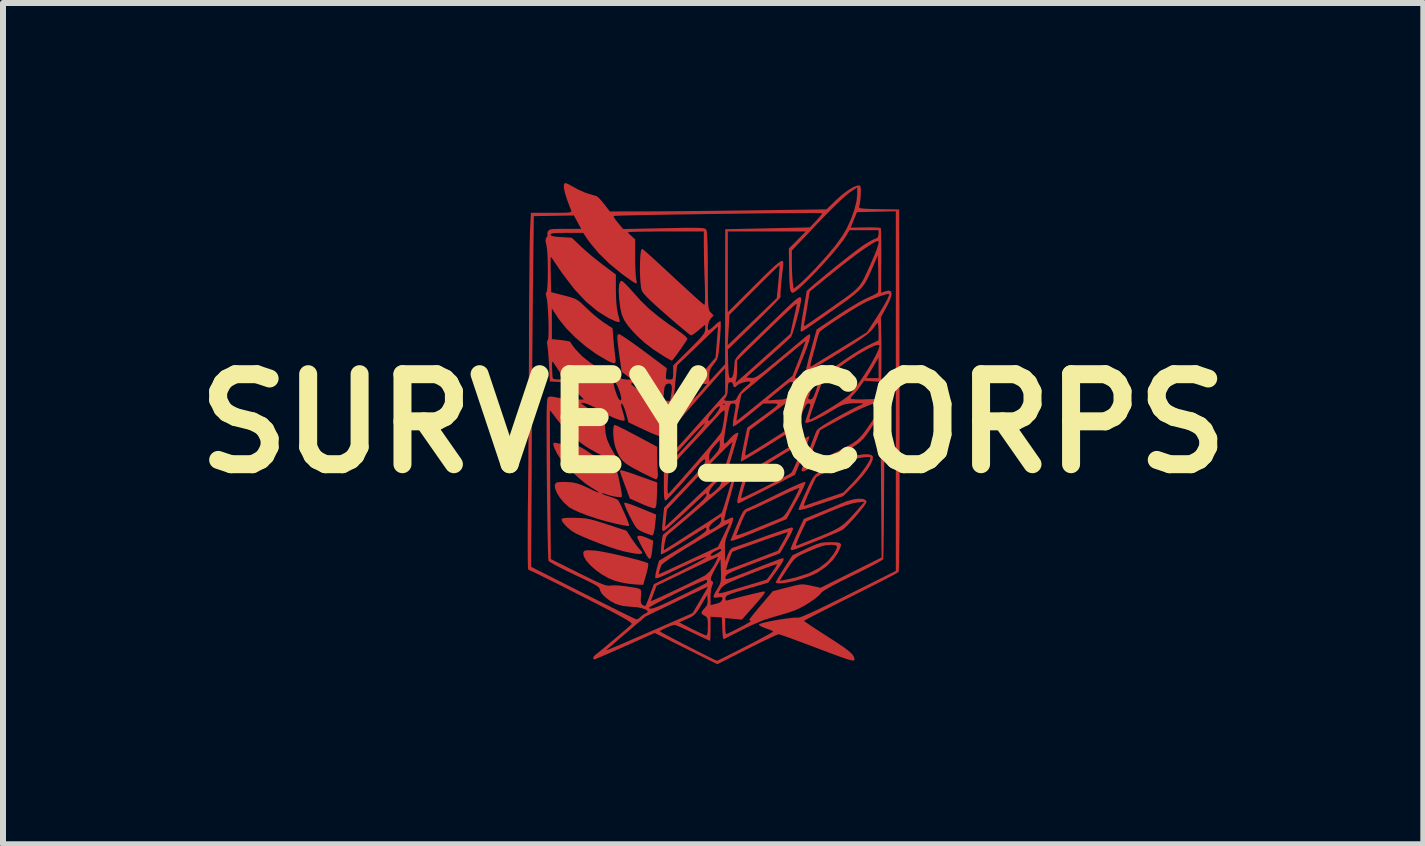
<source format=kicad_pcb>
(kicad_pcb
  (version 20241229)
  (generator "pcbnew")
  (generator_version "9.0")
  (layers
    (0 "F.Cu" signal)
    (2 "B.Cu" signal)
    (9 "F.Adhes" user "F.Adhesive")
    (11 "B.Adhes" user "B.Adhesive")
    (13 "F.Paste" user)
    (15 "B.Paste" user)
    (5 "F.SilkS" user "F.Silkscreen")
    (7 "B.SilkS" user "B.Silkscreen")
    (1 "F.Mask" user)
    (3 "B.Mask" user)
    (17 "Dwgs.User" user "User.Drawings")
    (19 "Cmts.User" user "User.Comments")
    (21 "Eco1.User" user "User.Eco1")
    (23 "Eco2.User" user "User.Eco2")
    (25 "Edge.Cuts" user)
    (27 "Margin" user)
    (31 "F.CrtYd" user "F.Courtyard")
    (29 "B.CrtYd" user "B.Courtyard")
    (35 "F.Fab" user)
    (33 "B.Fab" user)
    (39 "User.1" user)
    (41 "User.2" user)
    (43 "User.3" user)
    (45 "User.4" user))
  (footprint "SURVEY_CORPS"
    (layer "F.Cu")
    (at 8.836 4.008)
    (property "Reference" "SURVEY_CORPS" (at 0 0 0) (layer "F.SilkS") (effects (font (size 1.5 1.5) (thickness 0.3))))
    (attr board_only exclude_from_pos_files exclude_from_bom)
    (fp_poly (pts (xy -1.198 1.873) (xy -1.12 1.899) (xy -1.095 1.91) (xy -1 1.953) (xy -1.014 2.093) (xy -1.027 2.188) (xy -1.042 2.242) (xy -1.06 2.257) (xy -1.082 2.24) (xy -1.109 2.199) (xy -1.145 2.136) (xy -1.186 2.062) (xy -1.223 1.989) (xy -1.252 1.93) (xy -1.266 1.894) (xy -1.267 1.891) (xy -1.249 1.87)) (stroke (width 0) (type solid)) (fill yes) (layers "F.Cu" "F.Mask"))
    (fp_poly (pts (xy -1.494 0.788) (xy -1.431 0.807) (xy -1.338 0.838) (xy -1.219 0.881) (xy -0.932 0.984) (xy -0.938 1.197) (xy -0.943 1.3) (xy -0.949 1.366) (xy -0.96 1.401) (xy -0.976 1.414) (xy -0.978 1.415) (xy -1.012 1.408) (xy -1.075 1.386) (xy -1.157 1.354) (xy -1.2 1.335) (xy -1.389 1.251) (xy -1.471 1.031) (xy -1.505 0.939) (xy -1.533 0.862) (xy -1.55 0.811) (xy -1.555 0.794) (xy -1.55 0.783) (xy -1.532 0.78)) (stroke (width 0) (type solid)) (fill yes) (layers "F.Cu" "F.Mask"))
    (fp_poly (pts (xy -1.458 1.322) (xy -1.4 1.339) (xy -1.318 1.368) (xy -1.22 1.407) (xy -1.209 1.412) (xy -0.95 1.519) (xy -0.965 1.659) (xy -0.978 1.766) (xy -0.993 1.833) (xy -1.01 1.863) (xy -1.019 1.866) (xy -1.046 1.857) (xy -1.101 1.837) (xy -1.156 1.815) (xy -1.21 1.792) (xy -1.25 1.768) (xy -1.283 1.735) (xy -1.317 1.685) (xy -1.358 1.609) (xy -1.388 1.551) (xy -1.432 1.462) (xy -1.464 1.389) (xy -1.482 1.338) (xy -1.483 1.32)) (stroke (width 0) (type solid)) (fill yes) (layers "F.Cu" "F.Mask"))
    (fp_poly (pts (xy -1.616 0.032) (xy -1.557 0.06) (xy -1.472 0.102) (xy -1.37 0.156) (xy -1.276 0.205) (xy -0.933 0.389) (xy -0.932 0.589) (xy -0.93 0.683) (xy -0.927 0.764) (xy -0.924 0.819) (xy -0.922 0.83) (xy -0.922 0.88) (xy -0.935 0.92) (xy -0.952 0.932) (xy -0.976 0.922) (xy -1.032 0.896) (xy -1.112 0.857) (xy -1.208 0.809) (xy -1.228 0.799) (xy -1.353 0.732) (xy -1.446 0.675) (xy -1.512 0.618) (xy -1.561 0.554) (xy -1.6 0.475) (xy -1.631 0.392) (xy -1.649 0.321) (xy -1.661 0.238) (xy -1.666 0.156) (xy -1.665 0.085) (xy -1.656 0.037) (xy -1.642 0.022)) (stroke (width 0) (type solid)) (fill yes) (layers "F.Cu" "F.Mask"))
    (fp_poly (pts (xy -2.301 1.572) (xy -2.21 1.575) (xy -2.131 1.582) (xy -2.054 1.596) (xy -1.966 1.618) (xy -1.856 1.652) (xy -1.764 1.682) (xy -1.443 1.788) (xy -1.354 1.925) (xy -1.303 1.998) (xy -1.256 2.061) (xy -1.222 2.1) (xy -1.221 2.101) (xy -1.185 2.141) (xy -1.184 2.165) (xy -1.218 2.175) (xy -1.29 2.17) (xy -1.401 2.15) (xy -1.484 2.132) (xy -1.592 2.103) (xy -1.727 2.06) (xy -1.877 2.006) (xy -2.028 1.947) (xy -2.17 1.888) (xy -2.287 1.834) (xy -2.291 1.832) (xy -2.359 1.79) (xy -2.426 1.736) (xy -2.482 1.679) (xy -2.519 1.628) (xy -2.527 1.592) (xy -2.502 1.579) (xy -2.436 1.572) (xy -2.328 1.571)) (stroke (width 0) (type solid)) (fill yes) (layers "F.Cu" "F.Mask"))
    (fp_poly (pts (xy -1.982 2.117) (xy -1.98 2.117) (xy -1.914 2.125) (xy -1.822 2.141) (xy -1.709 2.164) (xy -1.586 2.191) (xy -1.461 2.221) (xy -1.341 2.251) (xy -1.234 2.279) (xy -1.151 2.304) (xy -1.097 2.323) (xy -1.084 2.33) (xy -1.082 2.358) (xy -1.091 2.416) (xy -1.11 2.494) (xy -1.117 2.517) (xy -1.166 2.689) (xy -1.244 2.686) (xy -1.314 2.681) (xy -1.4 2.672) (xy -1.436 2.667) (xy -1.523 2.651) (xy -1.609 2.63) (xy -1.636 2.623) (xy -1.746 2.578) (xy -1.855 2.516) (xy -1.957 2.443) (xy -2.046 2.365) (xy -2.114 2.288) (xy -2.156 2.216) (xy -2.166 2.156) (xy -2.163 2.143) (xy -2.15 2.124) (xy -2.121 2.114) (xy -2.069 2.112)) (stroke (width 0) (type solid)) (fill yes) (layers "F.Cu" "F.Mask"))
    (fp_poly (pts (xy -1.5 -2.362) (xy -1.454 -2.318) (xy -1.393 -2.254) (xy -1.338 -2.192) (xy -1.206 -2.045) (xy -1.07 -1.913) (xy -0.92 -1.788) (xy -0.744 -1.658) (xy -0.66 -1.601) (xy -0.571 -1.538) (xy -0.498 -1.483) (xy -0.449 -1.44) (xy -0.43 -1.414) (xy -0.43 -1.412) (xy -0.447 -1.381) (xy -0.482 -1.327) (xy -0.528 -1.26) (xy -0.578 -1.189) (xy -0.626 -1.123) (xy -0.664 -1.073) (xy -0.686 -1.047) (xy -0.689 -1.046) (xy -0.712 -1.057) (xy -0.762 -1.085) (xy -0.829 -1.125) (xy -0.835 -1.129) (xy -1.001 -1.237) (xy -1.14 -1.343) (xy -1.264 -1.456) (xy -1.345 -1.541) (xy -1.426 -1.636) (xy -1.484 -1.723) (xy -1.523 -1.813) (xy -1.548 -1.921) (xy -1.565 -2.057) (xy -1.568 -2.086) (xy -1.575 -2.222) (xy -1.568 -2.316) (xy -1.548 -2.367) (xy -1.526 -2.378)) (stroke (width 0) (type solid)) (fill yes) (layers "F.Cu" "F.Mask"))
    (fp_poly (pts (xy 2.055 1.98) (xy 2.11 1.99) (xy 2.131 2.015) (xy 2.122 2.062) (xy 2.087 2.137) (xy 2.08 2.152) (xy 1.998 2.272) (xy 1.883 2.385) (xy 1.745 2.48) (xy 1.682 2.513) (xy 1.582 2.554) (xy 1.473 2.591) (xy 1.361 2.623) (xy 1.256 2.647) (xy 1.164 2.662) (xy 1.093 2.666) (xy 1.052 2.658) (xy 1.044 2.646) (xy 1.055 2.622) (xy 1.107 2.622) (xy 1.181 2.609) (xy 1.245 2.596) (xy 1.329 2.577) (xy 1.385 2.563) (xy 1.593 2.496) (xy 1.768 2.406) (xy 1.909 2.296) (xy 2.003 2.18) (xy 2.048 2.104) (xy 2.064 2.058) (xy 2.048 2.033) (xy 1.999 2.023) (xy 1.952 2.022) (xy 1.885 2.027) (xy 1.81 2.045) (xy 1.717 2.078) (xy 1.6 2.127) (xy 1.514 2.165) (xy 1.45 2.195) (xy 1.401 2.223) (xy 1.359 2.257) (xy 1.319 2.303) (xy 1.273 2.367) (xy 1.215 2.455) (xy 1.148 2.559) (xy 1.107 2.622) (xy 1.055 2.622) (xy 1.056 2.62) (xy 1.087 2.565) (xy 1.132 2.49) (xy 1.182 2.411) (xy 1.32 2.197) (xy 1.552 2.087) (xy 1.656 2.039) (xy 1.733 2.008) (xy 1.795 1.989) (xy 1.856 1.981) (xy 1.929 1.978) (xy 1.959 1.978)) (stroke (width 0) (type solid)) (fill yes) (layers "F.Cu" "F.Mask"))
    (fp_poly (pts (xy 2.498 1.257) (xy 2.544 1.278) (xy 2.556 1.307) (xy 2.541 1.337) (xy 2.503 1.392) (xy 2.447 1.462) (xy 2.382 1.541) (xy 2.312 1.619) (xy 2.246 1.689) (xy 2.191 1.743) (xy 2.161 1.768) (xy 2.126 1.786) (xy 2.06 1.816) (xy 1.969 1.855) (xy 1.861 1.9) (xy 1.746 1.948) (xy 1.629 1.994) (xy 1.52 2.037) (xy 1.427 2.073) (xy 1.356 2.098) (xy 1.316 2.111) (xy 1.312 2.111) (xy 1.29 2.098) (xy 1.289 2.093) (xy 1.298 2.067) (xy 1.313 2.03) (xy 1.38 2.03) (xy 1.384 2.038) (xy 1.413 2.027) (xy 1.475 2.001) (xy 1.565 1.966) (xy 1.672 1.923) (xy 1.756 1.89) (xy 1.897 1.832) (xy 2.006 1.783) (xy 2.093 1.736) (xy 2.168 1.683) (xy 2.24 1.618) (xy 2.32 1.534) (xy 2.407 1.436) (xy 2.521 1.305) (xy 2.399 1.316) (xy 2.317 1.332) (xy 2.2 1.368) (xy 2.048 1.426) (xy 1.915 1.48) (xy 1.553 1.633) (xy 1.454 1.841) (xy 1.417 1.925) (xy 1.391 1.991) (xy 1.38 2.03) (xy 1.313 2.03) (xy 1.321 2.009) (xy 1.357 1.928) (xy 1.399 1.833) (xy 1.509 1.591) (xy 1.771 1.484) (xy 1.881 1.439) (xy 1.983 1.396) (xy 2.068 1.36) (xy 2.122 1.336) (xy 2.23 1.293) (xy 2.334 1.265) (xy 2.426 1.253)) (stroke (width 0) (type solid)) (fill yes) (layers "F.Cu" "F.Mask"))
    (fp_poly (pts (xy 2.643 0.529) (xy 2.66 0.548) (xy 2.659 0.6) (xy 2.628 0.675) (xy 2.571 0.768) (xy 2.493 0.871) (xy 2.397 0.98) (xy 2.356 1.022) (xy 2.167 1.211) (xy 1.82 1.328) (xy 1.681 1.374) (xy 1.578 1.408) (xy 1.506 1.429) (xy 1.46 1.44) (xy 1.434 1.441) (xy 1.423 1.435) (xy 1.422 1.428) (xy 1.431 1.402) (xy 1.45 1.355) (xy 1.516 1.355) (xy 1.516 1.373) (xy 1.517 1.373) (xy 1.547 1.362) (xy 1.611 1.34) (xy 1.7 1.31) (xy 1.807 1.273) (xy 1.856 1.257) (xy 2.167 1.151) (xy 2.326 0.987) (xy 2.401 0.904) (xy 2.473 0.815) (xy 2.537 0.727) (xy 2.587 0.649) (xy 2.617 0.59) (xy 2.622 0.566) (xy 2.602 0.558) (xy 2.55 0.559) (xy 2.475 0.569) (xy 2.387 0.586) (xy 2.297 0.608) (xy 2.256 0.62) (xy 2.177 0.65) (xy 2.077 0.696) (xy 1.971 0.75) (xy 1.919 0.779) (xy 1.715 0.896) (xy 1.602 1.139) (xy 1.561 1.231) (xy 1.531 1.306) (xy 1.516 1.355) (xy 1.45 1.355) (xy 1.455 1.345) (xy 1.49 1.262) (xy 1.535 1.163) (xy 1.549 1.132) (xy 1.595 1.03) (xy 1.632 0.953) (xy 1.667 0.895) (xy 1.706 0.849) (xy 1.757 0.808) (xy 1.827 0.766) (xy 1.923 0.716) (xy 2.044 0.655) (xy 2.164 0.601) (xy 2.286 0.559) (xy 2.403 0.529) (xy 2.506 0.513) (xy 2.589 0.513)) (stroke (width 0) (type solid)) (fill yes) (layers "F.Cu" "F.Mask"))
    (fp_poly (pts (xy 1.537 0.973) (xy 1.534 0.998) (xy 1.511 1.055) (xy 1.472 1.137) (xy 1.42 1.236) (xy 1.389 1.293) (xy 1.222 1.594) (xy 0.783 1.775) (xy 0.621 1.841) (xy 0.496 1.891) (xy 0.405 1.926) (xy 0.342 1.947) (xy 0.305 1.955) (xy 0.29 1.953) (xy 0.289 1.95) (xy 0.297 1.929) (xy 0.319 1.874) (xy 0.325 1.86) (xy 0.385 1.86) (xy 0.4 1.862) (xy 0.449 1.848) (xy 0.525 1.821) (xy 0.622 1.783) (xy 0.67 1.764) (xy 0.787 1.715) (xy 0.9 1.669) (xy 0.997 1.629) (xy 1.067 1.601) (xy 1.078 1.596) (xy 1.126 1.576) (xy 1.163 1.553) (xy 1.196 1.52) (xy 1.232 1.469) (xy 1.277 1.392) (xy 1.318 1.318) (xy 1.366 1.227) (xy 1.405 1.15) (xy 1.43 1.096) (xy 1.436 1.073) (xy 1.436 1.073) (xy 1.414 1.08) (xy 1.358 1.103) (xy 1.275 1.14) (xy 1.169 1.189) (xy 1.048 1.247) (xy 1.01 1.265) (xy 0.884 1.325) (xy 0.77 1.379) (xy 0.676 1.422) (xy 0.607 1.452) (xy 0.57 1.466) (xy 0.567 1.467) (xy 0.547 1.486) (xy 0.518 1.538) (xy 0.483 1.612) (xy 0.468 1.65) (xy 0.434 1.735) (xy 0.406 1.806) (xy 0.388 1.852) (xy 0.385 1.86) (xy 0.325 1.86) (xy 0.351 1.795) (xy 0.391 1.699) (xy 0.394 1.691) (xy 0.44 1.584) (xy 0.474 1.511) (xy 0.501 1.464) (xy 0.528 1.436) (xy 0.558 1.418) (xy 0.578 1.411) (xy 0.621 1.393) (xy 0.696 1.358) (xy 0.797 1.31) (xy 0.916 1.253) (xy 1.046 1.189) (xy 1.087 1.169) (xy 1.217 1.105) (xy 1.332 1.051) (xy 1.427 1.01) (xy 1.496 0.982) (xy 1.533 0.972)) (stroke (width 0) (type solid)) (fill yes) (layers "F.Cu" "F.Mask"))
    (fp_poly (pts (xy 1.6 0.211) (xy 1.599 0.235) (xy 1.582 0.292) (xy 1.554 0.375) (xy 1.515 0.477) (xy 1.49 0.539) (xy 1.362 0.856) (xy 0.897 1.093) (xy 0.766 1.161) (xy 0.647 1.221) (xy 0.547 1.27) (xy 0.472 1.307) (xy 0.427 1.328) (xy 0.417 1.332) (xy 0.401 1.316) (xy 0.4 1.306) (xy 0.405 1.265) (xy 0.411 1.239) (xy 0.467 1.239) (xy 0.471 1.243) (xy 0.486 1.239) (xy 0.517 1.227) (xy 0.569 1.202) (xy 0.647 1.164) (xy 0.755 1.111) (xy 0.885 1.046) (xy 1.008 0.983) (xy 1.118 0.926) (xy 1.208 0.877) (xy 1.272 0.841) (xy 1.303 0.819) (xy 1.305 0.818) (xy 1.321 0.789) (xy 1.348 0.732) (xy 1.383 0.654) (xy 1.421 0.567) (xy 1.459 0.479) (xy 1.492 0.399) (xy 1.516 0.337) (xy 1.527 0.303) (xy 1.527 0.299) (xy 1.508 0.309) (xy 1.457 0.338) (xy 1.38 0.384) (xy 1.284 0.441) (xy 1.176 0.507) (xy 1.061 0.578) (xy 0.945 0.649) (xy 0.835 0.717) (xy 0.737 0.778) (xy 0.656 0.829) (xy 0.6 0.865) (xy 0.575 0.883) (xy 0.574 0.883) (xy 0.562 0.91) (xy 0.542 0.967) (xy 0.518 1.041) (xy 0.496 1.119) (xy 0.477 1.187) (xy 0.468 1.233) (xy 0.467 1.239) (xy 0.411 1.239) (xy 0.42 1.199) (xy 0.442 1.116) (xy 0.467 1.027) (xy 0.493 0.943) (xy 0.516 0.874) (xy 0.533 0.831) (xy 0.54 0.822) (xy 0.564 0.811) (xy 0.62 0.78) (xy 0.704 0.731) (xy 0.81 0.668) (xy 0.934 0.594) (xy 1.069 0.512) (xy 1.071 0.511) (xy 1.206 0.429) (xy 1.33 0.356) (xy 1.436 0.295) (xy 1.52 0.249) (xy 1.576 0.22) (xy 1.6 0.211)) (stroke (width 0) (type solid)) (fill yes) (layers "F.Cu" "F.Mask"))
    (fp_poly (pts (xy -2.628 0.322) (xy -2.588 0.331) (xy -2.517 0.342) (xy -2.43 0.352) (xy -2.411 0.353) (xy -2.326 0.362) (xy -2.263 0.374) (xy -2.206 0.396) (xy -2.143 0.432) (xy -2.059 0.489) (xy -2.053 0.493) (xy -1.96 0.552) (xy -1.865 0.606) (xy -1.784 0.645) (xy -1.757 0.655) (xy -1.673 0.692) (xy -1.626 0.732) (xy -1.621 0.741) (xy -1.605 0.789) (xy -1.586 0.862) (xy -1.566 0.95) (xy -1.547 1.041) (xy -1.531 1.123) (xy -1.522 1.187) (xy -1.521 1.219) (xy -1.521 1.221) (xy -1.549 1.228) (xy -1.605 1.224) (xy -1.678 1.211) (xy -1.753 1.19) (xy -1.786 1.179) (xy -1.834 1.165) (xy -1.86 1.164) (xy -1.861 1.164) (xy -1.847 1.175) (xy -1.8 1.194) (xy -1.741 1.213) (xy -1.667 1.238) (xy -1.61 1.262) (xy -1.586 1.276) (xy -1.568 1.305) (xy -1.539 1.363) (xy -1.504 1.439) (xy -1.467 1.521) (xy -1.434 1.599) (xy -1.41 1.661) (xy -1.4 1.694) (xy -1.4 1.695) (xy -1.404 1.705) (xy -1.42 1.708) (xy -1.457 1.704) (xy -1.521 1.692) (xy -1.62 1.671) (xy -1.636 1.667) (xy -1.783 1.631) (xy -1.934 1.587) (xy -2.08 1.539) (xy -2.212 1.489) (xy -2.32 1.441) (xy -2.396 1.399) (xy -2.405 1.392) (xy -2.486 1.32) (xy -2.554 1.239) (xy -2.605 1.157) (xy -2.635 1.082) (xy -2.64 1.023) (xy -2.617 0.986) (xy -2.582 0.978) (xy -2.517 0.974) (xy -2.435 0.975) (xy -2.434 0.975) (xy -2.344 0.982) (xy -2.264 1) (xy -2.177 1.032) (xy -2.099 1.068) (xy -1.998 1.116) (xy -1.933 1.144) (xy -1.904 1.152) (xy -1.912 1.141) (xy -1.959 1.11) (xy -2.022 1.072) (xy -2.125 1.003) (xy -2.238 0.91) (xy -2.353 0.803) (xy -2.459 0.691) (xy -2.547 0.586) (xy -2.597 0.511) (xy -2.643 0.42) (xy -2.665 0.356) (xy -2.661 0.322) (xy -2.63 0.321)) (stroke (width 0) (type solid)) (fill yes) (layers "F.Cu" "F.Mask"))
    (fp_poly (pts (xy -2.445 -4.003) (xy -2.393 -3.979) (xy -2.333 -3.944) (xy -2.243 -3.896) (xy -2.145 -3.852) (xy -2.089 -3.833) (xy -2.017 -3.811) (xy -1.961 -3.795) (xy -1.939 -3.788) (xy -1.913 -3.767) (xy -1.87 -3.721) (xy -1.818 -3.658) (xy -1.817 -3.657) (xy -1.722 -3.534) (xy -1.1 -3.535) (xy -0.95 -3.536) (xy -0.763 -3.537) (xy -0.547 -3.539) (xy -0.309 -3.541) (xy -0.056 -3.544) (xy 0.203 -3.547) (xy 0.462 -3.55) (xy 0.705 -3.553) (xy 1.888 -3.569) (xy 2.049 -3.725) (xy 2.145 -3.81) (xy 2.239 -3.881) (xy 2.324 -3.934) (xy 2.394 -3.964) (xy 2.441 -3.968) (xy 2.447 -3.965) (xy 2.457 -3.937) (xy 2.461 -3.879) (xy 2.459 -3.803) (xy 2.453 -3.723) (xy 2.442 -3.652) (xy 2.431 -3.614) (xy 2.431 -3.6) (xy 2.446 -3.59) (xy 2.482 -3.584) (xy 2.545 -3.579) (xy 2.641 -3.575) (xy 2.759 -3.573) (xy 3.1 -3.567) (xy 3.106 -0.558) (xy 3.107 -0.088) (xy 3.107 0.345) (xy 3.107 0.739) (xy 3.107 1.095) (xy 3.106 1.412) (xy 3.105 1.689) (xy 3.103 1.925) (xy 3.101 2.12) (xy 3.099 2.274) (xy 3.096 2.384) (xy 3.093 2.452) (xy 3.09 2.475) (xy 3.066 2.49) (xy 3.006 2.523) (xy 2.916 2.571) (xy 2.799 2.632) (xy 2.66 2.703) (xy 2.503 2.782) (xy 2.333 2.868) (xy 2.291 2.889) (xy 2.12 2.975) (xy 1.962 3.055) (xy 1.821 3.127) (xy 1.701 3.188) (xy 1.608 3.237) (xy 1.544 3.271) (xy 1.515 3.288) (xy 1.514 3.289) (xy 1.532 3.304) (xy 1.581 3.338) (xy 1.658 3.39) (xy 1.756 3.454) (xy 1.869 3.527) (xy 1.914 3.556) (xy 2.058 3.649) (xy 2.168 3.723) (xy 2.248 3.782) (xy 2.303 3.83) (xy 2.336 3.87) (xy 2.352 3.906) (xy 2.356 3.935) (xy 2.352 3.946) (xy 2.337 3.951) (xy 2.308 3.948) (xy 2.259 3.936) (xy 2.188 3.913) (xy 2.09 3.878) (xy 1.961 3.831) (xy 1.796 3.769) (xy 1.703 3.733) (xy 1.551 3.676) (xy 1.41 3.624) (xy 1.289 3.579) (xy 1.191 3.544) (xy 1.122 3.521) (xy 1.089 3.512) (xy 1.088 3.512) (xy 1.06 3.522) (xy 0.998 3.55) (xy 0.908 3.592) (xy 0.796 3.646) (xy 0.668 3.71) (xy 0.562 3.763) (xy 0.069 4.012) (xy -0.453 3.752) (xy -0.974 3.491) (xy -1.47 3.712) (xy -1.608 3.773) (xy -1.733 3.828) (xy -1.839 3.874) (xy -1.919 3.908) (xy -1.969 3.928) (xy -1.983 3.933) (xy -2 3.919) (xy -1.993 3.888) (xy -1.967 3.857) (xy -1.96 3.853) (xy -1.933 3.832) (xy -1.879 3.788) (xy -1.864 3.776) (xy -1.78 3.776) (xy -1.769 3.774) (xy -1.738 3.764) (xy -1.685 3.742) (xy -1.606 3.71) (xy -1.498 3.664) (xy -1.359 3.603) (xy -1.184 3.527) (xy -1.051 3.469) (xy -1.04 3.464) (xy -0.889 3.464) (xy -0.87 3.476) (xy -0.818 3.505) (xy -0.74 3.547) (xy -0.642 3.599) (xy -0.53 3.657) (xy -0.412 3.718) (xy -0.294 3.778) (xy -0.183 3.835) (xy -0.084 3.884) (xy -0.006 3.923) (xy 0.046 3.947) (xy 0.064 3.954) (xy 0.085 3.945) (xy 0.141 3.918) (xy 0.224 3.877) (xy 0.33 3.823) (xy 0.454 3.761) (xy 0.536 3.719) (xy 0.667 3.651) (xy 0.784 3.59) (xy 0.881 3.538) (xy 0.952 3.498) (xy 0.993 3.473) (xy 1 3.467) (xy 0.981 3.453) (xy 0.93 3.432) (xy 0.876 3.414) (xy 0.809 3.388) (xy 0.768 3.363) (xy 0.761 3.349) (xy 0.786 3.336) (xy 0.844 3.319) (xy 0.928 3.3) (xy 1.026 3.281) (xy 1.131 3.263) (xy 1.231 3.249) (xy 1.319 3.238) (xy 1.383 3.234) (xy 1.41 3.237) (xy 1.44 3.232) (xy 1.502 3.209) (xy 1.598 3.168) (xy 1.729 3.108) (xy 1.896 3.027) (xy 2.101 2.927) (xy 2.249 2.853) (xy 3.044 2.456) (xy 3.044 -0.54) (xy 3.044 -3.536) (xy 2.72 -3.529) (xy 2.396 -3.522) (xy 2.343 -3.393) (xy 2.291 -3.264) (xy 2.535 -3.268) (xy 2.635 -3.269) (xy 2.718 -3.267) (xy 2.774 -3.263) (xy 2.793 -3.259) (xy 2.796 -3.234) (xy 2.799 -3.171) (xy 2.801 -3.076) (xy 2.802 -2.955) (xy 2.803 -2.815) (xy 2.802 -2.712) (xy 2.798 -2.178) (xy 2.859 -2.201) (xy 2.928 -2.217) (xy 2.966 -2.201) (xy 2.974 -2.153) (xy 2.952 -2.073) (xy 2.899 -1.96) (xy 2.886 -1.937) (xy 2.795 -1.77) (xy 2.801 -1.502) (xy 2.804 -1.36) (xy 2.805 -1.198) (xy 2.804 -1.041) (xy 2.804 -0.964) (xy 2.8 -0.694) (xy 2.657 -0.704) (xy 2.515 -0.713) (xy 2.449 -0.618) (xy 2.401 -0.553) (xy 2.354 -0.498) (xy 2.336 -0.48) (xy 2.302 -0.442) (xy 2.289 -0.416) (xy 2.31 -0.408) (xy 2.371 -0.403) (xy 2.466 -0.401) (xy 2.572 -0.404) (xy 2.856 -0.412) (xy 2.85 0.91) (xy 2.848 1.149) (xy 2.847 1.375) (xy 2.845 1.584) (xy 2.843 1.773) (xy 2.841 1.936) (xy 2.839 2.071) (xy 2.837 2.173) (xy 2.835 2.238) (xy 2.833 2.262) (xy 2.811 2.279) (xy 2.755 2.312) (xy 2.669 2.359) (xy 2.56 2.416) (xy 2.433 2.48) (xy 2.328 2.531) (xy 2.173 2.608) (xy 2.04 2.676) (xy 1.933 2.734) (xy 1.855 2.78) (xy 1.813 2.81) (xy 1.806 2.817) (xy 1.764 2.865) (xy 1.692 2.924) (xy 1.601 2.987) (xy 1.501 3.047) (xy 1.403 3.097) (xy 1.353 3.118) (xy 1.26 3.15) (xy 1.145 3.185) (xy 1.031 3.217) (xy 1.009 3.223) (xy 0.845 3.275) (xy 0.65 3.357) (xy 0.5 3.43) (xy 0.393 3.485) (xy 0.299 3.532) (xy 0.227 3.569) (xy 0.183 3.591) (xy 0.173 3.596) (xy 0.165 3.579) (xy 0.158 3.527) (xy 0.152 3.451) (xy 0.151 3.418) (xy 0.144 3.233) (xy 0.05 3.227) (xy -0.044 3.22) (xy -0.044 3.421) (xy -0.045 3.509) (xy -0.047 3.578) (xy -0.051 3.617) (xy -0.052 3.622) (xy -0.074 3.613) (xy -0.129 3.588) (xy -0.208 3.551) (xy -0.305 3.505) (xy -0.339 3.489) (xy -0.442 3.44) (xy -0.532 3.4) (xy -0.6 3.371) (xy -0.639 3.356) (xy -0.644 3.356) (xy -0.679 3.364) (xy -0.735 3.384) (xy -0.797 3.411) (xy -0.852 3.438) (xy -0.885 3.458) (xy -0.889 3.464) (xy -1.04 3.464) (xy -0.697 3.314) (xy -0.567 3.314) (xy -0.356 3.423) (xy -0.266 3.467) (xy -0.19 3.503) (xy -0.136 3.526) (xy -0.117 3.532) (xy -0.1 3.517) (xy -0.091 3.465) (xy -0.089 3.381) (xy -0.09 3.3) (xy -0.097 3.251) (xy -0.112 3.224) (xy -0.139 3.206) (xy -0.144 3.204) (xy -0.189 3.175) (xy -0.194 3.141) (xy -0.161 3.096) (xy -0.143 3.078) (xy -0.103 3.03) (xy -0.092 2.972) (xy -0.093 2.941) (xy -0.097 2.892) (xy -0.044 2.892) (xy -0.044 3.026) (xy 0.028 3.01) (xy 0.087 2.993) (xy 0.127 2.973) (xy 0.128 2.972) (xy 0.153 2.933) (xy 0.156 2.917) (xy 0.146 2.896) (xy 0.109 2.894) (xy 0.078 2.899) (xy 0.028 2.904) (xy 0.005 2.894) (xy 0.01 2.862) (xy 0.028 2.827) (xy 0.089 2.827) (xy 0.108 2.829) (xy 0.157 2.82) (xy 0.206 2.807) (xy 0.272 2.788) (xy 0.369 2.759) (xy 0.483 2.725) (xy 0.601 2.69) (xy 0.607 2.688) (xy 0.712 2.657) (xy 0.801 2.63) (xy 0.865 2.609) (xy 0.896 2.598) (xy 0.897 2.597) (xy 0.912 2.576) (xy 0.945 2.53) (xy 0.987 2.471) (xy 1.029 2.41) (xy 1.056 2.364) (xy 1.063 2.344) (xy 1.04 2.349) (xy 0.983 2.369) (xy 0.896 2.4) (xy 0.787 2.441) (xy 0.661 2.489) (xy 0.615 2.508) (xy 0.463 2.568) (xy 0.348 2.616) (xy 0.263 2.653) (xy 0.204 2.684) (xy 0.165 2.711) (xy 0.14 2.736) (xy 0.132 2.746) (xy 0.103 2.793) (xy 0.089 2.825) (xy 0.089 2.827) (xy 0.028 2.827) (xy 0.04 2.803) (xy 0.068 2.758) (xy 0.1 2.701) (xy 0.12 2.653) (xy 0.129 2.6) (xy 0.131 2.527) (xy 0.129 2.454) (xy 0.128 2.441) (xy 0.217 2.441) (xy 0.218 2.444) (xy 0.243 2.437) (xy 0.302 2.416) (xy 0.39 2.383) (xy 0.501 2.341) (xy 0.626 2.293) (xy 0.656 2.282) (xy 1.078 2.12) (xy 1.164 1.97) (xy 1.204 1.899) (xy 1.232 1.844) (xy 1.242 1.815) (xy 1.242 1.813) (xy 1.22 1.818) (xy 1.164 1.836) (xy 1.081 1.864) (xy 0.978 1.899) (xy 0.863 1.939) (xy 0.743 1.982) (xy 0.625 2.024) (xy 0.517 2.063) (xy 0.426 2.096) (xy 0.359 2.122) (xy 0.324 2.136) (xy 0.321 2.138) (xy 0.307 2.165) (xy 0.286 2.217) (xy 0.262 2.284) (xy 0.24 2.352) (xy 0.223 2.408) (xy 0.217 2.441) (xy 0.128 2.441) (xy 0.122 2.261) (xy 0.039 2.411) (xy -0.01 2.504) (xy -0.036 2.565) (xy -0.041 2.603) (xy -0.027 2.623) (xy -0.017 2.628) (xy -0.001 2.643) (xy -0.009 2.679) (xy -0.017 2.697) (xy -0.032 2.753) (xy -0.042 2.832) (xy -0.044 2.892) (xy -0.097 2.892) (xy -0.1 2.856) (xy -0.2 3.027) (xy -0.251 3.111) (xy -0.292 3.166) (xy -0.333 3.204) (xy -0.386 3.234) (xy -0.433 3.256) (xy -0.567 3.314) (xy -0.697 3.314) (xy -0.344 3.16) (xy -0.217 2.945) (xy -0.166 2.858) (xy -0.124 2.787) (xy -0.097 2.739) (xy -0.089 2.722) (xy -0.108 2.729) (xy -0.162 2.753) (xy -0.245 2.792) (xy -0.353 2.843) (xy -0.479 2.903) (xy -0.609 2.966) (xy -1.13 3.218) (xy -1.448 3.49) (xy -1.549 3.576) (xy -1.637 3.651) (xy -1.708 3.712) (xy -1.756 3.753) (xy -1.776 3.77) (xy -1.776 3.77) (xy -1.78 3.776) (xy -1.864 3.776) (xy -1.805 3.727) (xy -1.72 3.655) (xy -1.629 3.579) (xy -1.541 3.503) (xy -1.461 3.435) (xy -1.399 3.381) (xy -1.36 3.345) (xy -1.359 3.345) (xy -1.358 3.335) (xy -1.372 3.319) (xy -1.405 3.295) (xy -1.459 3.261) (xy -1.538 3.217) (xy -1.645 3.159) (xy -1.782 3.087) (xy -1.953 2.999) (xy -2.16 2.893) (xy -2.168 2.889) (xy -2.347 2.798) (xy -2.514 2.713) (xy -2.666 2.637) (xy -2.797 2.572) (xy -2.904 2.519) (xy -2.982 2.481) (xy -3.027 2.461) (xy -3.037 2.457) (xy -3.076 2.439) (xy -3.084 2.432) (xy -3.086 2.406) (xy -3.087 2.389) (xy -3.033 2.389) (xy -2.167 2.827) (xy -1.984 2.918) (xy -1.814 3.004) (xy -1.66 3.08) (xy -1.526 3.147) (xy -1.417 3.2) (xy -1.336 3.239) (xy -1.288 3.261) (xy -1.276 3.266) (xy -1.244 3.251) (xy -1.212 3.223) (xy -1.165 3.184) (xy -1.13 3.166) (xy -1.093 3.145) (xy -1.095 3.122) (xy -1.129 3.098) (xy -1.19 3.078) (xy -1.208 3.074) (xy -1.074 3.074) (xy -1.057 3.084) (xy -1.029 3.085) (xy -0.988 3.075) (xy -0.926 3.053) (xy -0.84 3.016) (xy -0.726 2.963) (xy -0.577 2.891) (xy -0.55 2.878) (xy -0.421 2.816) (xy -0.307 2.759) (xy -0.213 2.711) (xy -0.144 2.675) (xy -0.108 2.653) (xy -0.103 2.649) (xy -0.103 2.617) (xy -0.107 2.608) (xy -0.132 2.61) (xy -0.192 2.632) (xy -0.286 2.672) (xy -0.411 2.729) (xy -0.562 2.801) (xy -0.605 2.822) (xy -0.739 2.889) (xy -0.857 2.949) (xy -0.954 3.001) (xy -1.026 3.041) (xy -1.067 3.066) (xy -1.074 3.074) (xy -1.208 3.074) (xy -1.272 3.062) (xy -1.367 3.055) (xy -1.511 3.04) (xy -1.624 3.007) (xy -1.715 2.958) (xy -1.795 2.899) (xy -1.855 2.838) (xy -1.886 2.784) (xy -1.889 2.768) (xy -1.894 2.749) (xy -1.911 2.728) (xy -1.946 2.702) (xy -2.004 2.669) (xy -2.089 2.626) (xy -2.207 2.569) (xy -2.31 2.52) (xy -2.437 2.459) (xy -2.549 2.403) (xy -2.642 2.354) (xy -2.708 2.316) (xy -2.742 2.293) (xy -2.745 2.289) (xy -2.748 2.261) (xy -2.751 2.193) (xy -2.754 2.088) (xy -2.757 1.951) (xy -2.761 1.786) (xy -2.764 1.595) (xy -2.767 1.385) (xy -2.77 1.157) (xy -2.772 0.929) (xy -2.775 0.633) (xy -2.776 0.38) (xy -2.777 0.166) (xy -2.777 -0.011) (xy -2.776 -0.132) (xy -2.722 -0.132) (xy -2.722 -0.032) (xy -2.721 0.1) (xy -2.721 0.26) (xy -2.72 0.445) (xy -2.718 0.65) (xy -2.717 0.872) (xy -2.716 1.024) (xy -2.706 2.259) (xy -2.247 2.488) (xy -2.096 2.562) (xy -1.979 2.619) (xy -1.891 2.659) (xy -1.826 2.685) (xy -1.779 2.699) (xy -1.744 2.704) (xy -1.717 2.701) (xy -1.716 2.701) (xy -1.66 2.697) (xy -1.576 2.7) (xy -1.483 2.709) (xy -1.473 2.711) (xy -1.358 2.728) (xy -1.279 2.741) (xy -1.232 2.754) (xy -1.207 2.773) (xy -1.199 2.8) (xy -1.201 2.841) (xy -1.205 2.88) (xy -1.208 2.956) (xy -1.2 3) (xy -1.18 3.022) (xy -1.144 3.04) (xy -1.133 3.043) (xy -1.121 3.024) (xy -1.099 2.973) (xy -1.094 2.96) (xy -1.041 2.96) (xy -1.024 2.955) (xy -0.974 2.934) (xy -0.897 2.9) (xy -0.8 2.855) (xy -0.69 2.804) (xy -0.574 2.749) (xy -0.457 2.693) (xy -0.348 2.64) (xy -0.251 2.592) (xy -0.175 2.553) (xy -0.133 2.531) (xy -0.061 2.469) (xy 0.01 2.369) (xy 0.018 2.354) (xy 0.052 2.289) (xy 0.074 2.241) (xy 0.078 2.222) (xy 0.078 2.222) (xy 0.063 2.227) (xy 0.025 2.243) (xy -0.037 2.272) (xy -0.127 2.314) (xy -0.248 2.371) (xy -0.402 2.444) (xy -0.593 2.536) (xy -0.622 2.55) (xy -0.944 2.704) (xy -0.989 2.824) (xy -1.014 2.892) (xy -1.033 2.942) (xy -1.041 2.96) (xy -1.094 2.96) (xy -1.069 2.898) (xy -1.056 2.861) (xy -0.989 2.678) (xy -0.557 2.466) (xy -0.43 2.402) (xy -0.316 2.344) (xy -0.223 2.294) (xy -0.156 2.255) (xy -0.12 2.232) (xy -0.116 2.227) (xy -0.132 2.226) (xy -0.183 2.243) (xy -0.267 2.277) (xy -0.379 2.326) (xy -0.516 2.389) (xy -0.674 2.464) (xy -0.778 2.514) (xy -0.856 2.549) (xy -0.919 2.573) (xy -0.957 2.58) (xy -0.962 2.579) (xy -0.966 2.551) (xy -0.958 2.493) (xy -0.906 2.493) (xy -0.905 2.511) (xy -0.883 2.502) (xy -0.827 2.477) (xy -0.741 2.438) (xy -0.633 2.387) (xy -0.506 2.329) (xy -0.409 2.283) (xy -0.217 2.193) (xy -0.044 2.193) (xy -0.034 2.207) (xy 0.002 2.198) (xy 0.044 2.178) (xy 0.098 2.146) (xy 0.13 2.119) (xy 0.133 2.111) (xy 0.13 2.094) (xy 0.112 2.092) (xy 0.071 2.109) (xy 0.034 2.126) (xy -0.016 2.157) (xy -0.043 2.187) (xy -0.044 2.193) (xy -0.217 2.193) (xy 0.078 2.055) (xy 0.171 1.867) (xy 0.211 1.783) (xy 0.243 1.715) (xy 0.262 1.672) (xy 0.265 1.662) (xy 0.247 1.669) (xy 0.196 1.696) (xy 0.116 1.741) (xy 0.013 1.801) (xy -0.11 1.874) (xy -0.248 1.955) (xy -0.29 1.981) (xy -0.474 2.092) (xy -0.624 2.186) (xy -0.739 2.262) (xy -0.817 2.318) (xy -0.859 2.354) (xy -0.865 2.363) (xy -0.892 2.442) (xy -0.906 2.493) (xy -0.958 2.493) (xy -0.958 2.493) (xy -0.942 2.424) (xy -0.903 2.286) (xy -0.507 2.049) (xy -0.355 1.956) (xy -0.241 1.882) (xy -0.163 1.827) (xy -0.121 1.79) (xy -0.111 1.772) (xy -0.116 1.739) (xy -0.121 1.734) (xy -0.067 1.734) (xy -0.064 1.765) (xy -0.051 1.774) (xy -0.019 1.761) (xy 0.041 1.724) (xy 0.045 1.722) (xy 0.105 1.675) (xy 0.131 1.631) (xy 0.133 1.61) (xy 0.133 1.553) (xy 0.033 1.622) (xy -0.03 1.674) (xy -0.063 1.72) (xy -0.067 1.734) (xy -0.121 1.734) (xy -0.122 1.733) (xy -0.144 1.745) (xy -0.196 1.777) (xy -0.275 1.825) (xy -0.372 1.887) (xy -0.484 1.958) (xy -0.495 1.965) (xy -0.607 2.036) (xy -0.707 2.097) (xy -0.787 2.144) (xy -0.844 2.173) (xy -0.869 2.182) (xy -0.87 2.182) (xy -0.872 2.157) (xy -0.871 2.113) (xy -0.824 2.113) (xy -0.74 2.06) (xy -0.695 2.031) (xy -0.621 1.984) (xy -0.523 1.921) (xy -0.41 1.848) (xy -0.288 1.77) (xy -0.267 1.756) (xy -0.149 1.681) (xy -0.045 1.613) (xy 0.042 1.557) (xy 0.104 1.516) (xy 0.136 1.494) (xy 0.138 1.492) (xy 0.151 1.465) (xy 0.172 1.406) (xy 0.199 1.322) (xy 0.222 1.244) (xy 0.251 1.146) (xy 0.276 1.062) (xy 0.294 1.003) (xy 0.301 0.98) (xy 0.305 0.97) (xy 0.306 0.963) (xy 0.302 0.962) (xy 0.288 0.971) (xy 0.262 0.991) (xy 0.22 1.025) (xy 0.158 1.077) (xy 0.074 1.148) (xy -0.035 1.242) (xy -0.174 1.361) (xy -0.238 1.415) (xy -0.363 1.522) (xy -0.478 1.62) (xy -0.58 1.706) (xy -0.662 1.775) (xy -0.72 1.823) (xy -0.751 1.848) (xy -0.752 1.848) (xy -0.785 1.896) (xy -0.807 1.983) (xy -0.809 1.995) (xy -0.824 2.113) (xy -0.871 2.113) (xy -0.87 2.102) (xy -0.864 2.031) (xy -0.857 1.958) (xy -0.848 1.896) (xy -0.84 1.859) (xy -0.837 1.854) (xy -0.82 1.84) (xy -0.774 1.801) (xy -0.704 1.742) (xy -0.615 1.667) (xy -0.512 1.579) (xy -0.472 1.546) (xy -0.335 1.427) (xy -0.232 1.334) (xy -0.162 1.265) (xy -0.122 1.217) (xy -0.111 1.193) (xy -0.114 1.167) (xy -0.129 1.168) (xy -0.163 1.196) (xy -0.183 1.215) (xy -0.347 1.368) (xy -0.481 1.493) (xy -0.588 1.592) (xy -0.672 1.668) (xy -0.735 1.724) (xy -0.78 1.761) (xy -0.81 1.783) (xy -0.827 1.792) (xy -0.833 1.792) (xy -0.843 1.787) (xy -0.85 1.774) (xy -0.851 1.746) (xy -0.849 1.721) (xy -0.8 1.721) (xy -0.706 1.631) (xy -0.663 1.591) (xy -0.593 1.525) (xy -0.503 1.44) (xy -0.399 1.341) (xy -0.285 1.233) (xy -0.217 1.168) (xy -0.197 1.15) (xy -0.067 1.15) (xy -0.065 1.177) (xy -0.053 1.183) (xy -0.024 1.165) (xy 0.03 1.121) (xy 0.033 1.119) (xy 0.102 1.051) (xy 0.132 0.996) (xy 0.133 0.984) (xy 0.129 0.947) (xy 0.113 0.938) (xy 0.079 0.959) (xy 0.021 1.012) (xy 0.018 1.016) (xy -0.036 1.079) (xy -0.064 1.134) (xy -0.067 1.15) (xy -0.197 1.15) (xy 0.03 0.934) (xy 0.178 0.934) (xy 0.18 0.96) (xy 0.194 0.963) (xy 0.227 0.942) (xy 0.265 0.912) (xy 0.319 0.876) (xy 0.356 0.862) (xy 0.366 0.865) (xy 0.365 0.893) (xy 0.352 0.956) (xy 0.33 1.046) (xy 0.301 1.156) (xy 0.276 1.245) (xy 0.242 1.364) (xy 0.215 1.467) (xy 0.195 1.549) (xy 0.185 1.6) (xy 0.185 1.615) (xy 0.211 1.613) (xy 0.255 1.591) (xy 0.257 1.59) (xy 0.303 1.568) (xy 0.333 1.569) (xy 0.333 1.57) (xy 0.333 1.598) (xy 0.317 1.655) (xy 0.288 1.731) (xy 0.274 1.763) (xy 0.234 1.858) (xy 0.209 1.935) (xy 0.197 2.011) (xy 0.195 2.102) (xy 0.197 2.189) (xy 0.202 2.3) (xy 0.241 2.189) (xy 0.278 2.109) (xy 0.317 2.072) (xy 0.324 2.07) (xy 0.357 2.06) (xy 0.425 2.037) (xy 0.521 2.004) (xy 0.638 1.963) (xy 0.771 1.916) (xy 0.822 1.897) (xy 0.956 1.849) (xy 1.078 1.807) (xy 1.18 1.772) (xy 1.256 1.747) (xy 1.298 1.734) (xy 1.305 1.733) (xy 1.325 1.738) (xy 1.33 1.757) (xy 1.317 1.795) (xy 1.286 1.859) (xy 1.233 1.954) (xy 1.224 1.971) (xy 1.114 2.163) (xy 0.662 2.335) (xy 0.513 2.392) (xy 0.401 2.436) (xy 0.32 2.47) (xy 0.265 2.497) (xy 0.231 2.518) (xy 0.213 2.537) (xy 0.205 2.556) (xy 0.204 2.562) (xy 0.203 2.579) (xy 0.209 2.59) (xy 0.226 2.593) (xy 0.259 2.586) (xy 0.313 2.568) (xy 0.394 2.538) (xy 0.505 2.495) (xy 0.653 2.436) (xy 0.666 2.431) (xy 0.802 2.377) (xy 0.924 2.33) (xy 1.026 2.291) (xy 1.103 2.262) (xy 1.148 2.247) (xy 1.156 2.244) (xy 1.174 2.251) (xy 1.172 2.275) (xy 1.15 2.32) (xy 1.103 2.392) (xy 1.048 2.471) (xy 0.918 2.653) (xy 0.565 2.755) (xy 0.433 2.794) (xy 0.338 2.824) (xy 0.274 2.847) (xy 0.234 2.866) (xy 0.213 2.885) (xy 0.205 2.904) (xy 0.204 2.909) (xy 0.205 2.945) (xy 0.23 2.95) (xy 0.237 2.948) (xy 0.3 2.93) (xy 0.386 2.908) (xy 0.485 2.882) (xy 0.589 2.857) (xy 0.686 2.834) (xy 0.767 2.815) (xy 0.822 2.803) (xy 0.84 2.8) (xy 0.858 2.803) (xy 0.861 2.815) (xy 0.848 2.841) (xy 0.814 2.885) (xy 0.757 2.953) (xy 0.674 3.048) (xy 0.667 3.056) (xy 0.478 3.269) (xy 0.339 3.256) (xy 0.2 3.243) (xy 0.2 3.377) (xy 0.203 3.447) (xy 0.209 3.496) (xy 0.217 3.51) (xy 0.242 3.5) (xy 0.298 3.474) (xy 0.376 3.435) (xy 0.444 3.4) (xy 0.527 3.356) (xy 0.589 3.32) (xy 0.624 3.297) (xy 0.628 3.29) (xy 0.602 3.278) (xy 0.6 3.272) (xy 0.614 3.25) (xy 0.652 3.201) (xy 0.708 3.132) (xy 0.777 3.049) (xy 0.797 3.025) (xy 0.994 2.794) (xy 1.236 2.732) (xy 1.342 2.705) (xy 1.417 2.688) (xy 1.474 2.681) (xy 1.526 2.683) (xy 1.584 2.693) (xy 1.633 2.703) (xy 1.789 2.738) (xy 2.298 2.486) (xy 2.806 2.233) (xy 2.797 1.05) (xy 2.796 0.825) (xy 2.794 0.615) (xy 2.791 0.422) (xy 2.789 0.252) (xy 2.786 0.108) (xy 2.784 -0.006) (xy 2.781 -0.086) (xy 2.779 -0.127) (xy 2.778 -0.132) (xy 2.761 -0.114) (xy 2.728 -0.068) (xy 2.685 -0.004) (xy 2.681 0.002) (xy 2.614 0.105) (xy 2.557 0.187) (xy 2.504 0.253) (xy 2.447 0.309) (xy 2.38 0.36) (xy 2.296 0.412) (xy 2.189 0.469) (xy 2.052 0.538) (xy 1.972 0.578) (xy 1.841 0.642) (xy 1.722 0.699) (xy 1.622 0.746) (xy 1.546 0.78) (xy 1.501 0.798) (xy 1.492 0.8) (xy 1.472 0.785) (xy 1.476 0.761) (xy 1.489 0.726) (xy 1.496 0.709) (xy 1.559 0.709) (xy 1.563 0.711) (xy 1.586 0.702) (xy 1.643 0.675) (xy 1.727 0.635) (xy 1.832 0.584) (xy 1.953 0.524) (xy 1.982 0.51) (xy 2.126 0.438) (xy 2.237 0.38) (xy 2.323 0.33) (xy 2.391 0.282) (xy 2.449 0.228) (xy 2.504 0.165) (xy 2.563 0.084) (xy 2.634 -0.019) (xy 2.649 -0.041) (xy 2.704 -0.125) (xy 2.752 -0.205) (xy 2.785 -0.267) (xy 2.791 -0.28) (xy 2.81 -0.329) (xy 2.809 -0.351) (xy 2.785 -0.356) (xy 2.779 -0.356) (xy 2.712 -0.344) (xy 2.613 -0.311) (xy 2.487 -0.259) (xy 2.34 -0.189) (xy 2.177 -0.106) (xy 2.106 -0.067) (xy 1.784 0.11) (xy 1.678 0.383) (xy 1.638 0.487) (xy 1.603 0.577) (xy 1.577 0.645) (xy 1.562 0.681) (xy 1.562 0.683) (xy 1.559 0.709) (xy 1.496 0.709) (xy 1.515 0.659) (xy 1.549 0.569) (xy 1.589 0.466) (xy 1.593 0.456) (xy 1.633 0.349) (xy 1.669 0.254) (xy 1.698 0.179) (xy 1.714 0.135) (xy 1.715 0.133) (xy 1.733 0.105) (xy 1.774 0.07) (xy 1.841 0.025) (xy 1.939 -0.034) (xy 2.073 -0.109) (xy 2.087 -0.117) (xy 2.201 -0.179) (xy 2.303 -0.233) (xy 2.384 -0.275) (xy 2.44 -0.302) (xy 2.463 -0.311) (xy 2.494 -0.325) (xy 2.497 -0.328) (xy 2.482 -0.335) (xy 2.432 -0.338) (xy 2.358 -0.337) (xy 2.339 -0.337) (xy 2.264 -0.332) (xy 2.205 -0.323) (xy 2.15 -0.305) (xy 2.087 -0.275) (xy 2.005 -0.227) (xy 1.95 -0.195) (xy 1.842 -0.132) (xy 1.74 -0.08) (xy 1.652 -0.041) (xy 1.584 -0.017) (xy 1.543 -0.011) (xy 1.533 -0.02) (xy 1.54 -0.049) (xy 1.548 -0.076) (xy 1.604 -0.076) (xy 1.608 -0.068) (xy 1.616 -0.067) (xy 1.64 -0.078) (xy 1.695 -0.108) (xy 1.773 -0.153) (xy 1.868 -0.209) (xy 1.912 -0.235) (xy 2.019 -0.3) (xy 2.117 -0.364) (xy 2.198 -0.42) (xy 2.253 -0.461) (xy 2.263 -0.47) (xy 2.319 -0.53) (xy 2.384 -0.614) (xy 2.455 -0.715) (xy 2.482 -0.756) (xy 2.552 -0.756) (xy 2.654 -0.756) (xy 2.756 -0.756) (xy 2.755 -0.928) (xy 2.755 -1.1) (xy 2.698 -1) (xy 2.654 -0.924) (xy 2.611 -0.851) (xy 2.596 -0.828) (xy 2.552 -0.756) (xy 2.482 -0.756) (xy 2.528 -0.825) (xy 2.599 -0.939) (xy 2.662 -1.049) (xy 2.714 -1.147) (xy 2.751 -1.228) (xy 2.769 -1.284) (xy 2.769 -1.303) (xy 2.744 -1.311) (xy 2.688 -1.295) (xy 2.608 -1.259) (xy 2.508 -1.205) (xy 2.393 -1.137) (xy 2.269 -1.057) (xy 2.141 -0.968) (xy 2.1 -0.938) (xy 1.833 -0.741) (xy 1.718 -0.42) (xy 1.672 -0.291) (xy 1.639 -0.198) (xy 1.618 -0.135) (xy 1.607 -0.096) (xy 1.604 -0.076) (xy 1.548 -0.076) (xy 1.558 -0.106) (xy 1.578 -0.167) (xy 1.605 -0.25) (xy 1.618 -0.299) (xy 1.616 -0.324) (xy 1.6 -0.333) (xy 1.582 -0.333) (xy 1.558 -0.322) (xy 1.531 -0.282) (xy 1.498 -0.21) (xy 1.468 -0.133) (xy 1.393 0.068) (xy 0.936 0.354) (xy 0.808 0.433) (xy 0.693 0.503) (xy 0.596 0.561) (xy 0.522 0.604) (xy 0.477 0.628) (xy 0.465 0.632) (xy 0.464 0.608) (xy 0.471 0.55) (xy 0.477 0.513) (xy 0.535 0.513) (xy 0.538 0.531) (xy 0.543 0.533) (xy 0.564 0.522) (xy 0.616 0.491) (xy 0.695 0.443) (xy 0.793 0.382) (xy 0.906 0.311) (xy 0.924 0.3) (xy 1.04 0.226) (xy 1.145 0.16) (xy 1.231 0.105) (xy 1.292 0.065) (xy 1.323 0.043) (xy 1.325 0.042) (xy 1.34 0.017) (xy 1.368 -0.04) (xy 1.403 -0.121) (xy 1.444 -0.215) (xy 1.485 -0.316) (xy 1.525 -0.414) (xy 1.53 -0.428) (xy 1.584 -0.428) (xy 1.592 -0.405) (xy 1.618 -0.4) (xy 1.647 -0.41) (xy 1.672 -0.444) (xy 1.7 -0.512) (xy 1.709 -0.538) (xy 1.737 -0.622) (xy 1.751 -0.672) (xy 1.751 -0.696) (xy 1.737 -0.701) (xy 1.716 -0.697) (xy 1.684 -0.669) (xy 1.65 -0.608) (xy 1.635 -0.571) (xy 1.61 -0.501) (xy 1.591 -0.447) (xy 1.584 -0.428) (xy 1.53 -0.428) (xy 1.558 -0.5) (xy 1.583 -0.568) (xy 1.594 -0.607) (xy 1.594 -0.613) (xy 1.576 -0.602) (xy 1.526 -0.567) (xy 1.45 -0.513) (xy 1.353 -0.442) (xy 1.238 -0.358) (xy 1.11 -0.264) (xy 1.1 -0.256) (xy 0.612 0.106) (xy 0.574 0.292) (xy 0.552 0.4) (xy 0.539 0.471) (xy 0.535 0.513) (xy 0.477 0.513) (xy 0.486 0.465) (xy 0.506 0.362) (xy 0.509 0.347) (xy 0.567 0.07) (xy 0.8 -0.1) (xy 0.915 -0.183) (xy 0.996 -0.244) (xy 1.047 -0.286) (xy 1.07 -0.312) (xy 1.067 -0.326) (xy 1.041 -0.332) (xy 0.995 -0.333) (xy 0.966 -0.333) (xy 0.833 -0.332) (xy 0.59 -0.133) (xy 0.502 -0.063) (xy 0.425 -0.006) (xy 0.368 0.033) (xy 0.335 0.05) (xy 0.331 0.05) (xy 0.327 0.021) (xy 0.332 -0.038) (xy 0.336 -0.066) (xy 0.39 -0.066) (xy 0.391 -0.044) (xy 0.41 -0.058) (xy 0.459 -0.096) (xy 0.532 -0.155) (xy 0.627 -0.231) (xy 0.738 -0.32) (xy 0.823 -0.39) (xy 0.911 -0.39) (xy 0.93 -0.386) (xy 0.972 -0.389) (xy 1.036 -0.395) (xy 1.112 -0.398) (xy 1.124 -0.398) (xy 1.176 -0.404) (xy 1.229 -0.424) (xy 1.294 -0.462) (xy 1.379 -0.523) (xy 1.472 -0.593) (xy 1.53 -0.639) (xy 1.556 -0.668) (xy 1.551 -0.683) (xy 1.516 -0.688) (xy 1.452 -0.689) (xy 1.429 -0.689) (xy 1.271 -0.689) (xy 1.091 -0.544) (xy 1.017 -0.483) (xy 0.957 -0.433) (xy 0.92 -0.4) (xy 0.911 -0.39) (xy 0.823 -0.39) (xy 0.86 -0.42) (xy 0.861 -0.42) (xy 1.322 -0.796) (xy 1.437 -1.088) (xy 1.476 -1.192) (xy 1.508 -1.278) (xy 1.529 -1.34) (xy 1.537 -1.371) (xy 1.536 -1.373) (xy 1.516 -1.358) (xy 1.466 -1.317) (xy 1.39 -1.255) (xy 1.294 -1.175) (xy 1.18 -1.081) (xy 1.053 -0.975) (xy 0.995 -0.927) (xy 0.469 -0.487) (xy 0.446 -0.371) (xy 0.418 -0.231) (xy 0.399 -0.129) (xy 0.39 -0.066) (xy 0.336 -0.066) (xy 0.344 -0.116) (xy 0.346 -0.122) (xy 0.364 -0.219) (xy 0.373 -0.281) (xy 0.372 -0.315) (xy 0.359 -0.33) (xy 0.335 -0.333) (xy 0.326 -0.333) (xy 0.305 -0.331) (xy 0.289 -0.319) (xy 0.275 -0.291) (xy 0.262 -0.24) (xy 0.246 -0.158) (xy 0.227 -0.04) (xy 0.226 -0.038) (xy 0.202 0.109) (xy 0.187 0.215) (xy 0.179 0.286) (xy 0.181 0.325) (xy 0.192 0.335) (xy 0.214 0.321) (xy 0.246 0.287) (xy 0.269 0.261) (xy 0.322 0.206) (xy 0.369 0.169) (xy 0.405 0.153) (xy 0.42 0.161) (xy 0.416 0.183) (xy 0.407 0.214) (xy 0.387 0.279) (xy 0.361 0.369) (xy 0.33 0.475) (xy 0.323 0.5) (xy 0.29 0.611) (xy 0.258 0.71) (xy 0.23 0.788) (xy 0.211 0.834) (xy 0.209 0.838) (xy 0.184 0.895) (xy 0.178 0.934) (xy 0.03 0.934) (xy 0.177 0.795) (xy 0.246 0.57) (xy 0.275 0.473) (xy 0.3 0.39) (xy 0.317 0.332) (xy 0.323 0.311) (xy 0.312 0.315) (xy 0.271 0.351) (xy 0.201 0.418) (xy 0.103 0.517) (xy -0.023 0.646) (xy -0.176 0.806) (xy -0.357 0.996) (xy -0.498 1.144) (xy -0.771 1.433) (xy -0.786 1.577) (xy -0.8 1.721) (xy -0.849 1.721) (xy -0.848 1.695) (xy -0.84 1.612) (xy -0.834 1.552) (xy -0.819 1.405) (xy -0.476 1.044) (xy -0.361 0.922) (xy -0.274 0.828) (xy -0.211 0.755) (xy -0.169 0.702) (xy -0.145 0.662) (xy -0.134 0.632) (xy -0.133 0.619) (xy -0.136 0.601) (xy -0.146 0.596) (xy -0.167 0.608) (xy -0.203 0.641) (xy -0.256 0.698) (xy -0.33 0.781) (xy -0.43 0.895) (xy -0.448 0.916) (xy -0.542 1.023) (xy -0.628 1.118) (xy -0.7 1.196) (xy -0.755 1.253) (xy -0.787 1.282) (xy -0.793 1.285) (xy -0.806 1.279) (xy -0.814 1.25) (xy -0.82 1.192) (xy -0.822 1.099) (xy -0.822 1.058) (xy -0.759 1.058) (xy -0.758 1.127) (xy -0.754 1.167) (xy -0.751 1.172) (xy -0.732 1.155) (xy -0.689 1.108) (xy -0.624 1.036) (xy -0.541 0.943) (xy -0.445 0.833) (xy -0.338 0.711) (xy -0.309 0.678) (xy -0.2 0.551) (xy -0.196 0.547) (xy -0.067 0.547) (xy -0.067 0.621) (xy 0.022 0.525) (xy 0.078 0.456) (xy 0.105 0.4) (xy 0.11 0.353) (xy 0.109 0.278) (xy 0.021 0.375) (xy -0.036 0.447) (xy -0.062 0.508) (xy -0.067 0.547) (xy -0.196 0.547) (xy -0.099 0.434) (xy -0.012 0.33) (xy 0.058 0.245) (xy 0.108 0.183) (xy 0.133 0.148) (xy 0.135 0.144) (xy 0.15 0.095) (xy 0.165 0.024) (xy 0.178 -0.056) (xy 0.187 -0.132) (xy 0.191 -0.191) (xy 0.188 -0.219) (xy 0.188 -0.219) (xy 0.167 -0.212) (xy 0.128 -0.179) (xy 0.103 -0.152) (xy 0.069 -0.113) (xy 0.009 -0.048) (xy -0.071 0.039) (xy -0.167 0.142) (xy -0.272 0.255) (xy -0.356 0.344) (xy -0.744 0.759) (xy -0.756 0.968) (xy -0.759 1.058) (xy -0.822 1.058) (xy -0.822 1.033) (xy -0.822 0.773) (xy -0.708 0.648) (xy -0.65 0.585) (xy -0.572 0.499) (xy -0.481 0.402) (xy -0.388 0.301) (xy -0.361 0.273) (xy -0.282 0.185) (xy -0.215 0.107) (xy -0.166 0.046) (xy -0.14 0.007) (xy -0.138 -0.002) (xy -0.154 0.006) (xy -0.195 0.043) (xy -0.257 0.104) (xy -0.334 0.186) (xy -0.422 0.283) (xy -0.445 0.308) (xy -0.537 0.41) (xy -0.619 0.5) (xy -0.687 0.572) (xy -0.735 0.621) (xy -0.761 0.644) (xy -0.762 0.644) (xy -0.77 0.624) (xy -0.773 0.569) (xy -0.772 0.522) (xy -0.716 0.522) (xy -0.661 0.467) (xy -0.631 0.436) (xy -0.577 0.376) (xy -0.502 0.293) (xy -0.411 0.193) (xy -0.309 0.078) (xy -0.202 -0.041) (xy -0.169 -0.078) (xy -0.084 -0.078) (xy -0.084 -0.049) (xy -0.069 -0.044) (xy -0.046 -0.06) (xy -0.005 -0.101) (xy 0.031 -0.143) (xy 0.083 -0.214) (xy 0.109 -0.263) (xy 0.111 -0.288) (xy 0.088 -0.283) (xy 0.043 -0.245) (xy 0.012 -0.211) (xy -0.052 -0.133) (xy -0.084 -0.078) (xy -0.169 -0.078) (xy 0.051 -0.326) (xy 0.163 -0.326) (xy 0.166 -0.313) (xy 0.178 -0.311) (xy 0.196 -0.319) (xy 0.193 -0.326) (xy 0.166 -0.329) (xy 0.163 -0.326) (xy 0.051 -0.326) (xy 0.12 -0.404) (xy 0.184 -0.404) (xy 0.188 -0.386) (xy 0.228 -0.379) (xy 0.277 -0.378) (xy 0.341 -0.381) (xy 0.376 -0.396) (xy 0.4 -0.433) (xy 0.408 -0.453) (xy 0.445 -0.511) (xy 0.501 -0.575) (xy 0.531 -0.601) (xy 0.582 -0.644) (xy 0.615 -0.677) (xy 0.622 -0.688) (xy 0.604 -0.699) (xy 0.559 -0.697) (xy 0.502 -0.685) (xy 0.448 -0.666) (xy 0.411 -0.644) (xy 0.409 -0.642) (xy 0.366 -0.605) (xy 0.341 -0.609) (xy 0.333 -0.644) (xy 0.319 -0.678) (xy 0.37 -0.678) (xy 0.437 -0.735) (xy 0.473 -0.766) (xy 0.536 -0.821) (xy 0.62 -0.897) (xy 0.721 -0.987) (xy 0.832 -1.087) (xy 0.895 -1.143) (xy 1.286 -1.494) (xy 1.322 -1.664) (xy 1.343 -1.757) (xy 1.363 -1.844) (xy 1.378 -1.907) (xy 1.379 -1.91) (xy 1.39 -1.963) (xy 1.391 -1.994) (xy 1.39 -1.996) (xy 1.37 -1.983) (xy 1.32 -1.94) (xy 1.239 -1.865) (xy 1.128 -1.759) (xy 0.986 -1.623) (xy 0.814 -1.456) (xy 0.612 -1.26) (xy 0.572 -1.221) (xy 0.4 -1.053) (xy 0.4 -0.921) (xy 0.397 -0.839) (xy 0.391 -0.767) (xy 0.385 -0.734) (xy 0.37 -0.678) (xy 0.319 -0.678) (xy 0.318 -0.682) (xy 0.289 -0.689) (xy 0.262 -0.683) (xy 0.249 -0.658) (xy 0.245 -0.603) (xy 0.244 -0.579) (xy 0.237 -0.496) (xy 0.216 -0.442) (xy 0.211 -0.437) (xy 0.184 -0.404) (xy 0.12 -0.404) (xy 0.2 -0.493) (xy 0.199 -0.708) (xy 0.199 -0.922) (xy 0.138 -0.855) (xy 0.107 -0.82) (xy 0.052 -0.758) (xy -0.024 -0.672) (xy -0.115 -0.569) (xy -0.216 -0.454) (xy -0.306 -0.352) (xy -0.69 0.085) (xy -0.703 0.304) (xy -0.716 0.522) (xy -0.772 0.522) (xy -0.771 0.49) (xy -0.767 0.396) (xy -0.76 0.298) (xy -0.75 0.204) (xy -0.74 0.126) (xy -0.728 0.071) (xy -0.722 0.056) (xy -0.695 0.019) (xy -0.647 -0.04) (xy -0.586 -0.112) (xy -0.558 -0.144) (xy -0.499 -0.214) (xy -0.453 -0.27) (xy -0.426 -0.306) (xy -0.422 -0.314) (xy -0.441 -0.322) (xy -0.485 -0.323) (xy -0.55 -0.298) (xy -0.628 -0.234) (xy -0.642 -0.22) (xy -0.735 -0.122) (xy -0.729 -0.222) (xy -0.727 -0.284) (xy -0.734 -0.305) (xy -0.666 -0.305) (xy -0.655 -0.3) (xy -0.622 -0.327) (xy -0.566 -0.386) (xy -0.558 -0.394) (xy -0.488 -0.394) (xy -0.469 -0.383) (xy -0.422 -0.378) (xy -0.417 -0.378) (xy -0.375 -0.383) (xy -0.336 -0.403) (xy -0.289 -0.445) (xy -0.225 -0.515) (xy -0.224 -0.517) (xy -0.104 -0.656) (xy -0.179 -0.663) (xy -0.221 -0.663) (xy -0.257 -0.65) (xy -0.298 -0.618) (xy -0.355 -0.558) (xy -0.371 -0.541) (xy -0.426 -0.478) (xy -0.467 -0.427) (xy -0.487 -0.397) (xy -0.488 -0.394) (xy -0.558 -0.394) (xy -0.485 -0.478) (xy -0.379 -0.605) (xy -0.344 -0.648) (xy -0.301 -0.699) (xy -0.262 -0.746) (xy -0.193 -0.746) (xy -0.187 -0.735) (xy -0.159 -0.733) (xy -0.12 -0.747) (xy -0.111 -0.778) (xy -0.114 -0.814) (xy -0.119 -0.822) (xy -0.138 -0.808) (xy -0.167 -0.778) (xy -0.193 -0.746) (xy -0.262 -0.746) (xy -0.239 -0.773) (xy -0.167 -0.858) (xy -0.119 -0.914) (xy 0.039 -1.1) (xy 0.06 -1.356) (xy 0.068 -1.456) (xy 0.075 -1.539) (xy 0.078 -1.595) (xy 0.079 -1.615) (xy 0.063 -1.602) (xy 0.02 -1.562) (xy -0.046 -1.5) (xy -0.129 -1.42) (xy -0.226 -1.328) (xy -0.262 -1.293) (xy -0.602 -0.967) (xy -0.634 -0.656) (xy -0.645 -0.54) (xy -0.655 -0.438) (xy -0.662 -0.358) (xy -0.666 -0.311) (xy -0.666 -0.305) (xy -0.734 -0.305) (xy -0.736 -0.314) (xy -0.765 -0.326) (xy -0.795 -0.329) (xy -0.867 -0.336) (xy -0.867 -0.069) (xy -0.868 0.035) (xy -0.872 0.122) (xy -0.879 0.184) (xy -0.886 0.209) (xy -0.886 0.209) (xy -0.913 0.205) (xy -0.971 0.184) (xy -1.052 0.15) (xy -1.148 0.106) (xy -1.159 0.101) (xy -1.412 -0.019) (xy -1.455 -0.176) (xy -1.479 -0.252) (xy -1.504 -0.308) (xy -1.523 -0.333) (xy -1.525 -0.333) (xy -1.537 -0.319) (xy -1.53 -0.274) (xy -1.507 -0.199) (xy -1.486 -0.127) (xy -1.474 -0.074) (xy -1.475 -0.051) (xy -1.508 -0.046) (xy -1.572 -0.062) (xy -1.656 -0.094) (xy -1.753 -0.14) (xy -1.854 -0.197) (xy -1.878 -0.212) (xy -1.971 -0.266) (xy -2.057 -0.308) (xy -2.129 -0.336) (xy -2.179 -0.347) (xy -2.199 -0.338) (xy -2.199 -0.335) (xy -2.181 -0.319) (xy -2.133 -0.285) (xy -2.063 -0.239) (xy -2.002 -0.201) (xy -1.806 -0.08) (xy -1.803 0.041) (xy -1.793 0.163) (xy -1.768 0.269) (xy -1.72 0.377) (xy -1.669 0.468) (xy -1.626 0.54) (xy -1.604 0.584) (xy -1.601 0.607) (xy -1.616 0.616) (xy -1.628 0.619) (xy -1.672 0.612) (xy -1.744 0.585) (xy -1.838 0.542) (xy -1.944 0.487) (xy -2.055 0.424) (xy -2.141 0.371) (xy -2.324 0.233) (xy -2.494 0.066) (xy -2.616 -0.084) (xy -2.664 -0.149) (xy -2.701 -0.197) (xy -2.72 -0.217) (xy -2.721 -0.218) (xy -2.722 -0.195) (xy -2.722 -0.132) (xy -2.776 -0.132) (xy -2.776 -0.153) (xy -2.774 -0.263) (xy -2.77 -0.344) (xy -2.766 -0.397) (xy -2.761 -0.425) (xy -2.759 -0.43) (xy -2.738 -0.446) (xy -2.704 -0.45) (xy -2.647 -0.442) (xy -2.594 -0.431) (xy -2.493 -0.415) (xy -2.377 -0.404) (xy -2.304 -0.401) (xy -2.153 -0.4) (xy -2.298 -0.543) (xy -2.368 -0.611) (xy -2.417 -0.653) (xy -2.423 -0.656) (xy -1.658 -0.656) (xy -1.647 -0.603) (xy -1.627 -0.536) (xy -1.604 -0.47) (xy -1.581 -0.42) (xy -1.572 -0.406) (xy -1.545 -0.382) (xy -1.532 -0.396) (xy -1.534 -0.441) (xy -1.552 -0.511) (xy -1.557 -0.528) (xy -1.594 -0.623) (xy -1.613 -0.656) (xy -1.367 -0.656) (xy -1.349 -0.638) (xy -1.302 -0.601) (xy -1.232 -0.553) (xy -1.167 -0.509) (xy -1.074 -0.451) (xy -1.006 -0.413) (xy -0.953 -0.392) (xy -0.902 -0.382) (xy -0.842 -0.379) (xy -0.717 -0.378) (xy -0.703 -0.461) (xy -0.69 -0.56) (xy -0.69 -0.622) (xy -0.705 -0.655) (xy -0.736 -0.667) (xy -0.742 -0.667) (xy -0.785 -0.653) (xy -0.81 -0.609) (xy -0.821 -0.528) (xy -0.822 -0.494) (xy -0.83 -0.442) (xy -0.85 -0.422) (xy -0.85 -0.422) (xy -0.879 -0.434) (xy -0.936 -0.466) (xy -1.011 -0.512) (xy -1.072 -0.552) (xy -1.178 -0.617) (xy -1.264 -0.66) (xy -1.326 -0.679) (xy -1.361 -0.672) (xy -1.367 -0.656) (xy -1.613 -0.656) (xy -1.625 -0.676) (xy -1.65 -0.688) (xy -1.657 -0.683) (xy -1.658 -0.656) (xy -2.423 -0.656) (xy -2.459 -0.677) (xy -2.505 -0.688) (xy -2.566 -0.693) (xy -2.583 -0.693) (xy -2.722 -0.7) (xy -2.736 -0.975) (xy -2.686 -0.975) (xy -2.685 -0.911) (xy -2.681 -0.834) (xy -2.677 -0.776) (xy -2.672 -0.75) (xy -2.649 -0.741) (xy -2.602 -0.735) (xy -2.547 -0.733) (xy -2.504 -0.736) (xy -2.489 -0.742) (xy -2.497 -0.759) (xy -2.524 -0.803) (xy -2.571 -0.875) (xy -2.64 -0.981) (xy -2.661 -1.013) (xy -2.676 -1.03) (xy -2.684 -1.019) (xy -2.686 -0.975) (xy -2.736 -0.975) (xy -2.736 -0.978) (xy -2.743 -1.09) (xy -2.751 -1.191) (xy -2.759 -1.269) (xy -2.766 -1.314) (xy -2.766 -1.314) (xy -2.77 -1.366) (xy -2.757 -1.388) (xy -2.749 -1.415) (xy -2.745 -1.476) (xy -2.743 -1.564) (xy -2.744 -1.668) (xy -2.748 -1.779) (xy -2.754 -1.889) (xy -2.761 -1.987) (xy -2.77 -2.065) (xy -2.78 -2.113) (xy -2.783 -2.119) (xy -2.791 -2.167) (xy -2.78 -2.185) (xy -2.77 -2.216) (xy -2.763 -2.283) (xy -2.758 -2.376) (xy -2.756 -2.486) (xy -2.756 -2.604) (xy -2.758 -2.721) (xy -2.763 -2.828) (xy -2.77 -2.915) (xy -2.78 -2.975) (xy -2.781 -2.98) (xy -2.795 -3.043) (xy -2.789 -3.083) (xy -2.778 -3.1) (xy -2.76 -3.134) (xy -2.763 -3.147) (xy -2.711 -3.147) (xy -2.698 -3.13) (xy -2.654 -3.118) (xy -2.573 -3.109) (xy -2.533 -3.107) (xy -2.356 -3.096) (xy -2.206 -2.952) (xy -2.123 -2.877) (xy -2.02 -2.789) (xy -1.91 -2.701) (xy -1.839 -2.646) (xy -1.622 -2.483) (xy -1.622 -2.224) (xy -1.618 -2.076) (xy -1.608 -1.946) (xy -1.591 -1.846) (xy -1.589 -1.837) (xy -1.571 -1.767) (xy -1.559 -1.717) (xy -1.556 -1.699) (xy -1.574 -1.689) (xy -1.627 -1.703) (xy -1.713 -1.742) (xy -1.741 -1.755) (xy -1.933 -1.875) (xy -2.126 -2.037) (xy -2.317 -2.242) (xy -2.505 -2.488) (xy -2.56 -2.567) (xy -2.615 -2.649) (xy -2.662 -2.717) (xy -2.693 -2.763) (xy -2.704 -2.778) (xy -2.708 -2.761) (xy -2.71 -2.708) (xy -2.71 -2.625) (xy -2.708 -2.522) (xy -2.708 -2.489) (xy -2.7 -2.189) (xy -2.483 -2.133) (xy -2.384 -2.107) (xy -2.313 -2.083) (xy -2.259 -2.055) (xy -2.207 -2.015) (xy -2.143 -1.954) (xy -2.114 -1.926) (xy -2.027 -1.845) (xy -1.931 -1.764) (xy -1.842 -1.696) (xy -1.82 -1.681) (xy -1.678 -1.589) (xy -1.663 -1.411) (xy -1.654 -1.307) (xy -1.643 -1.202) (xy -1.633 -1.119) (xy -1.633 -1.117) (xy -1.625 -1.047) (xy -1.632 -1.011) (xy -1.659 -1.004) (xy -1.714 -1.024) (xy -1.773 -1.054) (xy -1.948 -1.157) (xy -2.126 -1.286) (xy -2.296 -1.432) (xy -2.448 -1.585) (xy -2.57 -1.736) (xy -2.597 -1.776) (xy -2.689 -1.918) (xy -2.689 -1.662) (xy -2.689 -1.406) (xy -2.533 -1.39) (xy -2.457 -1.38) (xy -2.401 -1.369) (xy -2.378 -1.358) (xy -2.378 -1.357) (xy -2.365 -1.331) (xy -2.331 -1.283) (xy -2.294 -1.236) (xy -2.187 -1.124) (xy -2.05 -1.014) (xy -1.898 -0.917) (xy -1.842 -0.888) (xy -1.766 -0.843) (xy -1.718 -0.801) (xy -1.705 -0.779) (xy -1.678 -0.74) (xy -1.636 -0.738) (xy -1.604 -0.76) (xy -1.574 -0.775) (xy -1.551 -0.76) (xy -1.513 -0.743) (xy -1.452 -0.734) (xy -1.437 -0.733) (xy -1.349 -0.733) (xy -1.437 -0.797) (xy -1.525 -0.861) (xy -1.563 -1.125) (xy -1.581 -1.26) (xy -1.593 -1.357) (xy -1.598 -1.422) (xy -1.596 -1.462) (xy -1.587 -1.482) (xy -1.572 -1.489) (xy -1.566 -1.489) (xy -1.539 -1.476) (xy -1.483 -1.44) (xy -1.402 -1.385) (xy -1.303 -1.315) (xy -1.192 -1.234) (xy -1.154 -1.206) (xy -0.774 -0.922) (xy -0.784 -0.828) (xy -0.789 -0.769) (xy -0.781 -0.741) (xy -0.753 -0.734) (xy -0.731 -0.733) (xy -0.693 -0.736) (xy -0.674 -0.751) (xy -0.668 -0.789) (xy -0.667 -0.85) (xy -0.667 -0.967) (xy -0.4 -1.233) (xy -0.301 -1.333) (xy -0.229 -1.408) (xy -0.181 -1.464) (xy -0.152 -1.505) (xy -0.138 -1.538) (xy -0.133 -1.569) (xy -0.133 -1.573) (xy -0.133 -1.647) (xy -0.24 -1.557) (xy -0.299 -1.51) (xy -0.346 -1.478) (xy -0.368 -1.468) (xy -0.39 -1.482) (xy -0.441 -1.522) (xy -0.514 -1.583) (xy -0.607 -1.66) (xy -0.713 -1.751) (xy -0.778 -1.808) (xy -0.915 -1.928) (xy -1.021 -2.025) (xy -1.098 -2.1) (xy -1.151 -2.157) (xy -1.183 -2.201) (xy -1.193 -2.223) (xy -1.204 -2.276) (xy -1.213 -2.362) (xy -1.219 -2.466) (xy -1.221 -2.556) (xy -1.219 -2.704) (xy -1.213 -2.811) (xy -1.203 -2.878) (xy -1.188 -2.909) (xy -1.181 -2.911) (xy -1.162 -2.896) (xy -1.114 -2.855) (xy -1.042 -2.79) (xy -0.95 -2.707) (xy -0.842 -2.607) (xy -0.722 -2.496) (xy -0.667 -2.444) (xy -0.542 -2.329) (xy -0.427 -2.224) (xy -0.327 -2.132) (xy -0.245 -2.059) (xy -0.185 -2.007) (xy -0.152 -1.981) (xy -0.147 -1.978) (xy -0.14 -1.999) (xy -0.137 -2.059) (xy -0.136 -2.152) (xy -0.138 -2.273) (xy -0.141 -2.348) (xy -0.146 -2.496) (xy -0.151 -2.651) (xy -0.154 -2.797) (xy -0.155 -2.921) (xy -0.156 -2.959) (xy -0.156 -3.2) (xy -0.789 -3.2) (xy -0.951 -3.2) (xy -1.099 -3.198) (xy -1.225 -3.197) (xy -1.324 -3.194) (xy -1.392 -3.192) (xy -1.421 -3.188) (xy -1.422 -3.188) (xy -1.407 -3.167) (xy -1.37 -3.131) (xy -1.361 -3.123) (xy -1.3 -3.07) (xy -1.3 -2.763) (xy -1.299 -2.645) (xy -1.295 -2.539) (xy -1.289 -2.454) (xy -1.283 -2.401) (xy -1.281 -2.394) (xy -1.273 -2.346) (xy -1.286 -2.333) (xy -1.311 -2.346) (xy -1.365 -2.381) (xy -1.438 -2.432) (xy -1.524 -2.495) (xy -1.528 -2.498) (xy -1.735 -2.668) (xy -1.914 -2.844) (xy -2.059 -3.019) (xy -2.089 -3.061) (xy -2.167 -3.177) (xy -2.439 -3.177) (xy -2.557 -3.176) (xy -2.637 -3.173) (xy -2.685 -3.167) (xy -2.708 -3.156) (xy -2.711 -3.147) (xy -2.763 -3.147) (xy -2.763 -3.148) (xy -2.765 -3.176) (xy -2.754 -3.203) (xy -2.74 -3.221) (xy -2.716 -3.233) (xy -2.673 -3.24) (xy -2.604 -3.243) (xy -2.5 -3.244) (xy -2.466 -3.244) (xy -2.2 -3.244) (xy -2.261 -3.356) (xy -2.317 -3.458) (xy -1.66 -3.458) (xy -1.653 -3.437) (xy -1.624 -3.392) (xy -1.586 -3.344) (xy -1.5 -3.241) (xy -0.818 -3.255) (xy -0.626 -3.258) (xy -0.473 -3.261) (xy -0.356 -3.262) (xy -0.268 -3.261) (xy -0.206 -3.259) (xy -0.165 -3.255) (xy -0.139 -3.249) (xy -0.123 -3.24) (xy -0.115 -3.228) (xy -0.112 -3.224) (xy -0.105 -3.187) (xy -0.099 -3.109) (xy -0.094 -2.991) (xy -0.091 -2.836) (xy -0.089 -2.646) (xy -0.089 -2.542) (xy -0.089 -2.357) (xy -0.088 -2.211) (xy -0.087 -2.099) (xy -0.084 -2.016) (xy -0.08 -1.956) (xy -0.074 -1.916) (xy -0.066 -1.888) (xy -0.056 -1.869) (xy -0.042 -1.853) (xy -0.041 -1.851) (xy 0.008 -1.8) (xy -0.041 -1.749) (xy -0.067 -1.706) (xy -0.084 -1.651) (xy -0.091 -1.598) (xy -0.085 -1.563) (xy -0.073 -1.556) (xy -0.05 -1.57) (xy -0.006 -1.607) (xy 0.026 -1.637) (xy 0.075 -1.681) (xy 0.112 -1.705) (xy 0.123 -1.706) (xy 0.126 -1.68) (xy 0.126 -1.619) (xy 0.121 -1.53) (xy 0.114 -1.422) (xy 0.111 -1.387) (xy 0.1 -1.264) (xy 0.091 -1.177) (xy 0.08 -1.116) (xy 0.066 -1.072) (xy 0.046 -1.036) (xy 0.019 -1) (xy 0.009 -0.988) (xy -0.039 -0.92) (xy -0.062 -0.859) (xy -0.066 -0.798) (xy -0.066 -0.7) (xy 0.066 -0.844) (xy 0.198 -0.989) (xy 0.198 -1.305) (xy 0.242 -1.305) (xy 0.65 -1.697) (xy 1.059 -2.09) (xy 1.086 -2.359) (xy 1.095 -2.463) (xy 1.102 -2.55) (xy 1.106 -2.61) (xy 1.105 -2.636) (xy 1.105 -2.636) (xy 1.088 -2.623) (xy 1.044 -2.582) (xy 0.977 -2.517) (xy 0.892 -2.433) (xy 0.792 -2.334) (xy 0.685 -2.227) (xy 0.271 -1.811) (xy 0.257 -1.558) (xy 0.242 -1.305) (xy 0.198 -1.305) (xy 0.199 -2.113) (xy 0.2 -3.2) (xy 0.244 -3.2) (xy 0.244 -2.528) (xy 0.244 -1.856) (xy 0.689 -2.3) (xy 0.827 -2.437) (xy 0.937 -2.544) (xy 1.021 -2.623) (xy 1.084 -2.675) (xy 1.127 -2.704) (xy 1.153 -2.71) (xy 1.167 -2.696) (xy 1.169 -2.663) (xy 1.165 -2.614) (xy 1.165 -2.613) (xy 1.152 -2.508) (xy 1.14 -2.399) (xy 1.131 -2.295) (xy 1.124 -2.206) (xy 1.121 -2.141) (xy 1.123 -2.11) (xy 1.123 -2.11) (xy 1.111 -2.09) (xy 1.07 -2.045) (xy 1.005 -1.976) (xy 0.919 -1.89) (xy 0.818 -1.788) (xy 0.704 -1.677) (xy 0.689 -1.663) (xy 0.245 -1.233) (xy 0.25 -0.995) (xy 0.254 -0.887) (xy 0.259 -0.817) (xy 0.267 -0.777) (xy 0.279 -0.759) (xy 0.291 -0.756) (xy 0.317 -0.771) (xy 0.335 -0.82) (xy 0.341 -0.859) (xy 0.35 -0.936) (xy 0.355 -1.006) (xy 0.356 -1.024) (xy 0.362 -1.054) (xy 0.383 -1.092) (xy 0.423 -1.142) (xy 0.486 -1.209) (xy 0.578 -1.3) (xy 0.606 -1.326) (xy 0.714 -1.43) (xy 0.84 -1.553) (xy 0.972 -1.681) (xy 1.095 -1.8) (xy 1.134 -1.839) (xy 1.247 -1.947) (xy 1.332 -2.026) (xy 1.393 -2.077) (xy 1.433 -2.103) (xy 1.457 -2.106) (xy 1.466 -2.089) (xy 1.467 -2.079) (xy 1.461 -2.027) (xy 1.445 -1.947) (xy 1.422 -1.848) (xy 1.395 -1.742) (xy 1.366 -1.638) (xy 1.338 -1.546) (xy 1.314 -1.477) (xy 1.297 -1.44) (xy 1.296 -1.44) (xy 1.268 -1.412) (xy 1.212 -1.36) (xy 1.134 -1.288) (xy 1.039 -1.203) (xy 0.934 -1.108) (xy 0.903 -1.081) (xy 0.551 -0.767) (xy 0.63 -0.76) (xy 0.658 -0.759) (xy 0.686 -0.765) (xy 0.721 -0.781) (xy 0.766 -0.81) (xy 0.827 -0.855) (xy 0.908 -0.92) (xy 1.015 -1.007) (xy 1.116 -1.091) (xy 1.233 -1.188) (xy 1.339 -1.277) (xy 1.431 -1.354) (xy 1.503 -1.414) (xy 1.549 -1.452) (xy 1.562 -1.463) (xy 1.598 -1.487) (xy 1.616 -1.481) (xy 1.616 -1.441) (xy 1.597 -1.368) (xy 1.56 -1.258) (xy 1.502 -1.111) (xy 1.5 -1.106) (xy 1.359 -0.756) (xy 1.563 -0.756) (xy 1.767 -0.757) (xy 2.08 -0.984) (xy 2.198 -1.067) (xy 2.32 -1.149) (xy 2.435 -1.221) (xy 2.532 -1.277) (xy 2.574 -1.299) (xy 2.756 -1.387) (xy 2.756 -1.542) (xy 2.753 -1.615) (xy 2.747 -1.663) (xy 2.738 -1.678) (xy 2.737 -1.677) (xy 2.714 -1.648) (xy 2.675 -1.597) (xy 2.648 -1.562) (xy 2.613 -1.525) (xy 2.56 -1.48) (xy 2.484 -1.424) (xy 2.382 -1.355) (xy 2.249 -1.27) (xy 2.082 -1.166) (xy 2.064 -1.155) (xy 1.929 -1.072) (xy 1.806 -0.999) (xy 1.701 -0.937) (xy 1.618 -0.89) (xy 1.563 -0.861) (xy 1.541 -0.852) (xy 1.541 -0.852) (xy 1.543 -0.876) (xy 1.555 -0.935) (xy 1.561 -0.958) (xy 1.619 -0.958) (xy 1.629 -0.948) (xy 1.631 -0.95) (xy 1.658 -0.966) (xy 1.716 -1.002) (xy 1.801 -1.054) (xy 1.907 -1.119) (xy 2.029 -1.194) (xy 2.111 -1.244) (xy 2.563 -1.522) (xy 2.7 -1.733) (xy 2.786 -1.868) (xy 2.854 -1.982) (xy 2.903 -2.072) (xy 2.929 -2.133) (xy 2.933 -2.153) (xy 2.914 -2.159) (xy 2.862 -2.148) (xy 2.782 -2.122) (xy 2.681 -2.083) (xy 2.565 -2.034) (xy 2.555 -2.029) (xy 2.496 -1.998) (xy 2.414 -1.951) (xy 2.315 -1.892) (xy 2.208 -1.825) (xy 2.098 -1.754) (xy 1.994 -1.686) (xy 1.902 -1.624) (xy 1.83 -1.572) (xy 1.785 -1.537) (xy 1.774 -1.526) (xy 1.761 -1.493) (xy 1.742 -1.432) (xy 1.724 -1.368) (xy 1.699 -1.271) (xy 1.668 -1.16) (xy 1.647 -1.083) (xy 1.625 -1.001) (xy 1.619 -0.958) (xy 1.561 -0.958) (xy 1.576 -1.023) (xy 1.604 -1.131) (xy 1.627 -1.215) (xy 1.724 -1.567) (xy 2.073 -1.8) (xy 2.195 -1.88) (xy 2.318 -1.955) (xy 2.43 -2.021) (xy 2.524 -2.072) (xy 2.58 -2.098) (xy 2.656 -2.132) (xy 2.715 -2.163) (xy 2.746 -2.185) (xy 2.747 -2.188) (xy 2.75 -2.219) (xy 2.752 -2.285) (xy 2.752 -2.377) (xy 2.751 -2.486) (xy 2.751 -2.509) (xy 2.744 -2.805) (xy 2.66 -2.608) (xy 2.613 -2.499) (xy 2.571 -2.411) (xy 2.529 -2.337) (xy 2.481 -2.272) (xy 2.423 -2.21) (xy 2.349 -2.145) (xy 2.253 -2.07) (xy 2.13 -1.982) (xy 2.007 -1.895) (xy 1.854 -1.787) (xy 1.733 -1.702) (xy 1.64 -1.638) (xy 1.572 -1.591) (xy 1.524 -1.56) (xy 1.492 -1.541) (xy 1.473 -1.533) (xy 1.463 -1.532) (xy 1.457 -1.535) (xy 1.457 -1.56) (xy 1.463 -1.621) (xy 1.465 -1.632) (xy 1.515 -1.632) (xy 1.525 -1.625) (xy 1.549 -1.639) (xy 1.603 -1.676) (xy 1.683 -1.731) (xy 1.784 -1.801) (xy 1.9 -1.882) (xy 1.985 -1.941) (xy 2.125 -2.04) (xy 2.235 -2.118) (xy 2.32 -2.183) (xy 2.384 -2.239) (xy 2.435 -2.294) (xy 2.477 -2.353) (xy 2.516 -2.423) (xy 2.556 -2.508) (xy 2.605 -2.616) (xy 2.613 -2.633) (xy 2.681 -2.79) (xy 2.728 -2.909) (xy 2.753 -2.991) (xy 2.757 -3.035) (xy 2.747 -3.044) (xy 2.707 -3.03) (xy 2.637 -2.99) (xy 2.541 -2.927) (xy 2.422 -2.843) (xy 2.286 -2.741) (xy 2.135 -2.624) (xy 1.986 -2.505) (xy 1.608 -2.198) (xy 1.57 -1.96) (xy 1.553 -1.857) (xy 1.537 -1.765) (xy 1.524 -1.697) (xy 1.518 -1.669) (xy 1.515 -1.632) (xy 1.465 -1.632) (xy 1.475 -1.709) (xy 1.492 -1.817) (xy 1.501 -1.866) (xy 1.52 -1.98) (xy 1.537 -2.079) (xy 1.549 -2.153) (xy 1.555 -2.196) (xy 1.556 -2.202) (xy 1.572 -2.222) (xy 1.619 -2.264) (xy 1.689 -2.325) (xy 1.779 -2.4) (xy 1.882 -2.485) (xy 1.993 -2.576) (xy 2.107 -2.667) (xy 2.218 -2.755) (xy 2.32 -2.835) (xy 2.41 -2.903) (xy 2.48 -2.955) (xy 2.514 -2.978) (xy 2.59 -3.024) (xy 2.657 -3.061) (xy 2.703 -3.08) (xy 2.705 -3.081) (xy 2.744 -3.103) (xy 2.755 -3.152) (xy 2.756 -3.158) (xy 2.756 -3.222) (xy 2.513 -3.222) (xy 2.271 -3.222) (xy 2.212 -3.121) (xy 2.164 -3.049) (xy 2.095 -2.959) (xy 2.01 -2.856) (xy 1.914 -2.745) (xy 1.811 -2.632) (xy 1.707 -2.52) (xy 1.605 -2.416) (xy 1.512 -2.325) (xy 1.432 -2.252) (xy 1.369 -2.201) (xy 1.329 -2.178) (xy 1.324 -2.178) (xy 1.305 -2.184) (xy 1.29 -2.206) (xy 1.28 -2.25) (xy 1.273 -2.32) (xy 1.268 -2.423) (xy 1.265 -2.564) (xy 1.265 -2.596) (xy 1.261 -2.882) (xy 1.311 -2.882) (xy 1.311 -2.68) (xy 1.313 -2.572) (xy 1.317 -2.466) (xy 1.324 -2.379) (xy 1.325 -2.362) (xy 1.339 -2.246) (xy 1.424 -2.312) (xy 1.473 -2.355) (xy 1.542 -2.421) (xy 1.623 -2.502) (xy 1.702 -2.584) (xy 1.886 -2.786) (xy 2.036 -2.966) (xy 2.15 -3.124) (xy 2.227 -3.253) (xy 2.299 -3.413) (xy 2.355 -3.569) (xy 2.389 -3.71) (xy 2.4 -3.816) (xy 2.4 -3.935) (xy 2.272 -3.848) (xy 2.222 -3.808) (xy 2.147 -3.741) (xy 2.054 -3.652) (xy 1.947 -3.547) (xy 1.832 -3.43) (xy 1.727 -3.321) (xy 1.311 -2.882) (xy 1.261 -2.882) (xy 1.26 -2.915) (xy 1.402 -3.057) (xy 1.543 -3.2) (xy 0.894 -3.2) (xy 0.244 -3.2) (xy 0.2 -3.2) (xy 0.2 -3.238) (xy 0.906 -3.253) (xy 1.611 -3.268) (xy 1.718 -3.381) (xy 1.77 -3.438) (xy 1.804 -3.482) (xy 1.814 -3.504) (xy 1.814 -3.505) (xy 1.79 -3.506) (xy 1.726 -3.507) (xy 1.626 -3.508) (xy 1.494 -3.507) (xy 1.334 -3.506) (xy 1.15 -3.505) (xy 0.947 -3.503) (xy 0.728 -3.501) (xy 0.497 -3.498) (xy 0.26 -3.495) (xy 0.019 -3.492) (xy -0.221 -3.489) (xy -0.456 -3.485) (xy -0.681 -3.482) (xy -0.893 -3.478) (xy -1.088 -3.475) (xy -1.261 -3.471) (xy -1.408 -3.468) (xy -1.525 -3.465) (xy -1.608 -3.462) (xy -1.653 -3.459) (xy -1.66 -3.458) (xy -2.317 -3.458) (xy -2.322 -3.467) (xy -2.656 -3.461) (xy -2.989 -3.456) (xy -3.002 -2.378) (xy -3.005 -2.177) (xy -3.007 -1.937) (xy -3.01 -1.666) (xy -3.012 -1.37) (xy -3.015 -1.055) (xy -3.017 -0.727) (xy -3.019 -0.393) (xy -3.021 -0.059) (xy -3.023 0.269) (xy -3.024 0.544) (xy -3.033 2.389) (xy -3.087 2.389) (xy -3.089 2.341) (xy -3.09 2.239) (xy -3.091 2.104) (xy -3.091 1.943) (xy -3.091 1.757) (xy -3.09 1.552) (xy -3.088 1.331) (xy -3.086 1.211) (xy -3.084 0.96) (xy -3.081 0.672) (xy -3.079 0.359) (xy -3.076 0.027) (xy -3.074 -0.313) (xy -3.073 -0.653) (xy -3.071 -0.984) (xy -3.07 -1.297) (xy -3.07 -1.467) (xy -3.069 -1.728) (xy -3.068 -1.984) (xy -3.066 -2.228) (xy -3.064 -2.458) (xy -3.062 -2.667) (xy -3.06 -2.852) (xy -3.058 -3.008) (xy -3.055 -3.129) (xy -3.053 -3.213) (xy -3.052 -3.228) (xy -3.038 -3.511) (xy -2.694 -3.511) (xy -2.564 -3.511) (xy -2.472 -3.513) (xy -2.412 -3.516) (xy -2.378 -3.522) (xy -2.365 -3.532) (xy -2.365 -3.545) (xy -2.367 -3.55) (xy -2.429 -3.712) (xy -2.469 -3.836) (xy -2.489 -3.927) (xy -2.488 -3.984) (xy -2.471 -4.008)) (stroke (width 0) (type solid)) (fill yes) (layers "F.Cu" "F.Mask")))
  (gr_rect
    (start -3 -3)
    (end 20.671 11.02)
    (stroke (width 0.1) (type default))
    (fill no)
    (layer "Edge.Cuts")))
</source>
